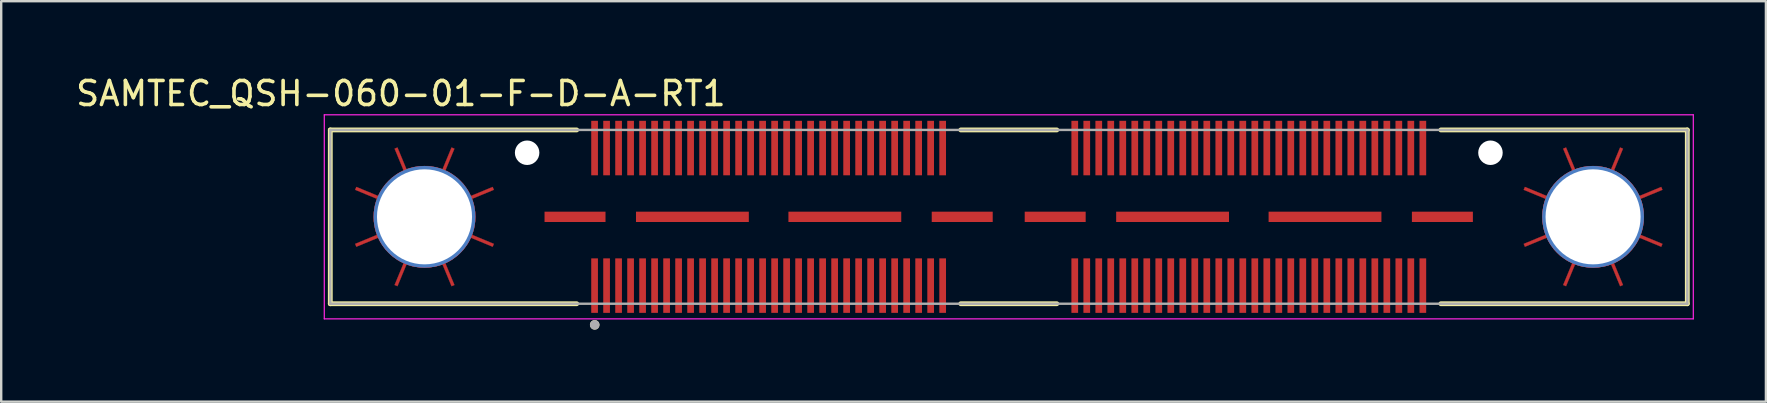
<source format=kicad_pcb>
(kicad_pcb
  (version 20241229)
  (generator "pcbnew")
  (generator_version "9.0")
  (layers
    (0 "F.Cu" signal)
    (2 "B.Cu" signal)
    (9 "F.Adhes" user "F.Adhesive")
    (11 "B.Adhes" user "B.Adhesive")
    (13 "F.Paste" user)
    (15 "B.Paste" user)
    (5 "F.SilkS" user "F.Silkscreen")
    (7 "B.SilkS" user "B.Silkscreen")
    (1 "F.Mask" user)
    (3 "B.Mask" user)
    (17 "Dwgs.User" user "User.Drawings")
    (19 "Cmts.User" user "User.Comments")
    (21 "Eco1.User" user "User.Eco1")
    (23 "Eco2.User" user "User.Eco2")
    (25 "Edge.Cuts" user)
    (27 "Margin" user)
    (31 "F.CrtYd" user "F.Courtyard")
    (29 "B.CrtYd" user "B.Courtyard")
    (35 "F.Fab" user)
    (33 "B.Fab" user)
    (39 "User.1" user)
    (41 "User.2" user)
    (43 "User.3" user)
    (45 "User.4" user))
  (footprint "SAMTEC_QSH-060-01-F-D-A-RT1"
    (layer "F.Cu")
    (at 38.974 5.983)
    (property "Reference" "SAMTEC_QSH-060-01-F-D-A-RT1" (at -25.325 -5.135 0) (layer "F.SilkS") (effects (font (size 1 1) (thickness 0.15))))
    (attr smd)
    (fp_poly (pts (xy -24.34 -2.115) (xy -24.17 -2.115) (xy -23.845 -2.061) (xy -23.589 -1.984) (xy -23.214 -2.889) (xy -23.094 -2.839) (xy -23.469 -1.934) (xy -23.233 -1.808) (xy -22.966 -1.615) (xy -22.725 -1.375) (xy -22.529 -1.102) (xy -22.439 -0.924) (xy -22.406 -0.871) (xy -21.501 -1.246) (xy -21.451 -1.126) (xy -22.357 -0.751) (xy -22.279 -0.496) (xy -22.226 -0.171) (xy -22.226 0.169) (xy -22.278 0.498) (xy -22.357 0.751) (xy -21.451 1.126) (xy -21.501 1.246) (xy -22.406 0.871) (xy -22.532 1.109) (xy -22.728 1.377) (xy -22.958 1.608) (xy -23.232 1.808) (xy -23.469 1.934) (xy -23.094 2.839) (xy -23.214 2.889) (xy -23.589 1.983) (xy -23.845 2.061) (xy -24.173 2.113) (xy -24.505 2.114) (xy -24.835 2.062) (xy -25.091 1.983) (xy -25.466 2.889) (xy -25.586 2.839) (xy -25.211 1.934) (xy -25.449 1.807) (xy -25.717 1.613) (xy -25.951 1.379) (xy -26.145 1.111) (xy -26.274 0.871) (xy -27.179 1.246) (xy -27.229 1.126) (xy -26.323 0.751) (xy -26.402 0.494) (xy -26.453 0.169) (xy -26.454 -0.169) (xy -26.401 -0.494) (xy -26.323 -0.751) (xy -27.229 -1.126) (xy -27.179 -1.246) (xy -26.274 -0.871) (xy -26.148 -1.108) (xy -25.951 -1.378) (xy -25.716 -1.611) (xy -25.448 -1.808) (xy -25.211 -1.934) (xy -25.586 -2.839) (xy -25.466 -2.889) (xy -25.091 -1.984) (xy -24.836 -2.061) (xy -24.508 -2.113)) (stroke (width 0.01) (type solid)) (fill yes) (layer "F.Cu"))
    (fp_poly (pts (xy 24.34 -2.115) (xy 24.51 -2.115) (xy 24.835 -2.061) (xy 25.091 -1.984) (xy 25.466 -2.889) (xy 25.586 -2.839) (xy 25.211 -1.934) (xy 25.447 -1.808) (xy 25.714 -1.615) (xy 25.955 -1.375) (xy 26.151 -1.102) (xy 26.241 -0.924) (xy 26.274 -0.871) (xy 27.179 -1.246) (xy 27.229 -1.126) (xy 26.323 -0.751) (xy 26.401 -0.496) (xy 26.454 -0.171) (xy 26.454 0.169) (xy 26.402 0.498) (xy 26.323 0.751) (xy 27.229 1.126) (xy 27.179 1.246) (xy 26.274 0.871) (xy 26.148 1.109) (xy 25.952 1.377) (xy 25.722 1.608) (xy 25.448 1.808) (xy 25.211 1.934) (xy 25.586 2.839) (xy 25.466 2.889) (xy 25.091 1.983) (xy 24.835 2.061) (xy 24.507 2.113) (xy 24.175 2.114) (xy 23.845 2.062) (xy 23.589 1.983) (xy 23.214 2.889) (xy 23.094 2.839) (xy 23.469 1.934) (xy 23.231 1.807) (xy 22.963 1.613) (xy 22.729 1.379) (xy 22.535 1.111) (xy 22.406 0.871) (xy 21.501 1.246) (xy 21.451 1.126) (xy 22.357 0.751) (xy 22.278 0.494) (xy 22.227 0.169) (xy 22.226 -0.169) (xy 22.279 -0.494) (xy 22.357 -0.751) (xy 21.451 -1.126) (xy 21.501 -1.246) (xy 22.406 -0.871) (xy 22.532 -1.108) (xy 22.729 -1.378) (xy 22.964 -1.611) (xy 23.232 -1.808) (xy 23.469 -1.934) (xy 23.094 -2.839) (xy 23.214 -2.889) (xy 23.589 -1.984) (xy 23.844 -2.061) (xy 24.172 -2.113)) (stroke (width 0.01) (type solid)) (fill yes) (layer "F.Cu"))
    (fp_poly (pts (xy -24.34 -2.115) (xy -24.17 -2.115) (xy -23.845 -2.061) (xy -23.589 -1.984) (xy -23.214 -2.889) (xy -23.094 -2.839) (xy -23.469 -1.934) (xy -23.233 -1.808) (xy -22.966 -1.615) (xy -22.725 -1.375) (xy -22.529 -1.102) (xy -22.439 -0.924) (xy -22.406 -0.871) (xy -21.501 -1.246) (xy -21.451 -1.126) (xy -22.357 -0.751) (xy -22.279 -0.496) (xy -22.226 -0.171) (xy -22.226 0.169) (xy -22.278 0.498) (xy -22.357 0.751) (xy -21.451 1.126) (xy -21.501 1.246) (xy -22.406 0.871) (xy -22.532 1.109) (xy -22.728 1.377) (xy -22.958 1.608) (xy -23.232 1.808) (xy -23.469 1.934) (xy -23.094 2.839) (xy -23.214 2.889) (xy -23.589 1.983) (xy -23.845 2.061) (xy -24.173 2.113) (xy -24.505 2.114) (xy -24.835 2.062) (xy -25.091 1.983) (xy -25.466 2.889) (xy -25.586 2.839) (xy -25.211 1.934) (xy -25.449 1.807) (xy -25.717 1.613) (xy -25.951 1.379) (xy -26.145 1.111) (xy -26.274 0.871) (xy -27.179 1.246) (xy -27.229 1.126) (xy -26.323 0.751) (xy -26.402 0.494) (xy -26.453 0.169) (xy -26.454 -0.169) (xy -26.401 -0.494) (xy -26.323 -0.751) (xy -27.229 -1.126) (xy -27.179 -1.246) (xy -26.274 -0.871) (xy -26.148 -1.108) (xy -25.951 -1.378) (xy -25.716 -1.611) (xy -25.448 -1.808) (xy -25.211 -1.934) (xy -25.586 -2.839) (xy -25.466 -2.889) (xy -25.091 -1.984) (xy -24.836 -2.061) (xy -24.508 -2.113)) (stroke (width 0.01) (type solid)) (fill yes) (layer "F.Mask"))
    (fp_poly (pts (xy 24.34 -2.115) (xy 24.51 -2.115) (xy 24.835 -2.061) (xy 25.091 -1.984) (xy 25.466 -2.889) (xy 25.586 -2.839) (xy 25.211 -1.934) (xy 25.447 -1.808) (xy 25.714 -1.615) (xy 25.955 -1.375) (xy 26.151 -1.102) (xy 26.241 -0.924) (xy 26.274 -0.871) (xy 27.179 -1.246) (xy 27.229 -1.126) (xy 26.323 -0.751) (xy 26.401 -0.496) (xy 26.454 -0.171) (xy 26.454 0.169) (xy 26.402 0.498) (xy 26.323 0.751) (xy 27.229 1.126) (xy 27.179 1.246) (xy 26.274 0.871) (xy 26.148 1.109) (xy 25.952 1.377) (xy 25.722 1.608) (xy 25.448 1.808) (xy 25.211 1.934) (xy 25.586 2.839) (xy 25.466 2.889) (xy 25.091 1.983) (xy 24.835 2.061) (xy 24.507 2.113) (xy 24.175 2.114) (xy 23.845 2.062) (xy 23.589 1.983) (xy 23.214 2.889) (xy 23.094 2.839) (xy 23.469 1.934) (xy 23.231 1.807) (xy 22.963 1.613) (xy 22.729 1.379) (xy 22.535 1.111) (xy 22.406 0.871) (xy 21.501 1.246) (xy 21.451 1.126) (xy 22.357 0.751) (xy 22.278 0.494) (xy 22.227 0.169) (xy 22.226 -0.169) (xy 22.279 -0.494) (xy 22.357 -0.751) (xy 21.451 -1.126) (xy 21.501 -1.246) (xy 22.406 -0.871) (xy 22.532 -1.108) (xy 22.729 -1.378) (xy 22.964 -1.611) (xy 23.232 -1.808) (xy 23.469 -1.934) (xy 23.094 -2.839) (xy 23.214 -2.889) (xy 23.589 -1.984) (xy 23.844 -2.061) (xy 24.172 -2.113)) (stroke (width 0.01) (type solid)) (fill yes) (layer "F.Mask"))
    (fp_line (start -28.265 -3.62) (end -28.265 3.62) (stroke (width 0.2) (type solid)) (layer "F.SilkS"))
    (fp_line (start -18 -3.62) (end -28.265 -3.62) (stroke (width 0.2) (type solid)) (layer "F.SilkS"))
    (fp_line (start -18 3.62) (end -28.265 3.62) (stroke (width 0.2) (type solid)) (layer "F.SilkS"))
    (fp_line (start -2 -3.62) (end 2 -3.62) (stroke (width 0.2) (type solid)) (layer "F.SilkS"))
    (fp_line (start 2 3.62) (end -2 3.62) (stroke (width 0.2) (type solid)) (layer "F.SilkS"))
    (fp_line (start 18 -3.62) (end 28.265 -3.62) (stroke (width 0.2) (type solid)) (layer "F.SilkS"))
    (fp_line (start 28.265 -3.62) (end 28.265 3.62) (stroke (width 0.2) (type solid)) (layer "F.SilkS"))
    (fp_line (start 28.265 3.62) (end 18 3.62) (stroke (width 0.2) (type solid)) (layer "F.SilkS"))
    (fp_circle (center -17.25 4.5) (end -17.15 4.5) (stroke (width 0.2) (type solid)) (fill no) (layer "F.SilkS"))
    (fp_poly (pts (xy -24.66 1.56) (xy -24.66 3.16) (xy -24.752 3.15) (xy -24.744 3.151) (xy -24.748 3.15) (xy -24.752 3.15) (xy -24.756 3.15) (xy -24.759 3.149) (xy -24.763 3.149) (xy -24.767 3.148) (xy -24.771 3.148) (xy -24.774 3.147) (xy -24.778 3.147) (xy -24.782 3.146) (xy -24.786 3.146) (xy -24.789 3.145) (xy -24.793 3.145) (xy -24.797 3.144) (xy -24.801 3.144) (xy -24.804 3.143) (xy -24.808 3.143) (xy -24.812 3.142) (xy -24.816 3.142) (xy -24.819 3.141) (xy -24.823 3.14) (xy -24.827 3.14) (xy -24.831 3.139) (xy -24.834 3.139) (xy -24.838 3.138) (xy -24.842 3.137) (xy -24.846 3.137) (xy -24.849 3.136) (xy -24.85 3.136) (xy -24.867 3.133) (xy -24.876 3.131) (xy -24.886 3.129) (xy -24.895 3.128) (xy -24.905 3.126) (xy -24.915 3.124) (xy -24.924 3.122) (xy -24.934 3.12) (xy -24.943 3.119) (xy -24.953 3.117) (xy -24.962 3.115) (xy -24.972 3.113) (xy -24.981 3.111) (xy -24.99 3.109) (xy -25 3.107) (xy -25.009 3.105) (xy -25.019 3.103) (xy -25.028 3.101) (xy -25.038 3.099) (xy -25.047 3.097) (xy -25.057 3.094) (xy -25.066 3.092) (xy -25.076 3.09) (xy -25.085 3.088) (xy -25.094 3.086) (xy -25.104 3.083) (xy -25.113 3.081) (xy -25.123 3.079) (xy -25.132 3.077) (xy -25.123 3.079) (xy -25.144 3.074) (xy -25.153 3.071) (xy -25.162 3.069) (xy -25.172 3.066) (xy -25.181 3.064) (xy -25.19 3.062) (xy -25.199 3.059) (xy -25.208 3.057) (xy -25.217 3.054) (xy -25.226 3.051) (xy -25.235 3.049) (xy -25.244 3.046) (xy -25.253 3.044) (xy -25.262 3.041) (xy -25.271 3.038) (xy -25.28 3.035) (xy -25.289 3.033) (xy -25.298 3.03) (xy -25.307 3.027) (xy -25.316 3.024) (xy -25.325 3.021) (xy -25.334 3.018) (xy -25.343 3.015) (xy -25.351 3.012) (xy -25.36 3.009) (xy -25.369 3.006) (xy -25.378 3.003) (xy -25.387 3) (xy -25.396 2.997) (xy -25.403 2.994) (xy -25.446 2.978) (xy -25.487 2.962) (xy -25.527 2.946) (xy -25.568 2.929) (xy -25.608 2.912) (xy -25.648 2.894) (xy -25.688 2.875) (xy -25.727 2.856) (xy -25.766 2.837) (xy -25.805 2.816) (xy -25.844 2.796) (xy -25.882 2.775) (xy -25.92 2.753) (xy -25.958 2.731) (xy -25.996 2.708) (xy -26.033 2.685) (xy -26.07 2.662) (xy -26.106 2.638) (xy -26.142 2.613) (xy -26.178 2.588) (xy -26.214 2.562) (xy -26.249 2.536) (xy -26.284 2.51) (xy -26.318 2.483) (xy -26.352 2.455) (xy -26.386 2.428) (xy -26.42 2.399) (xy -26.453 2.37) (xy -26.485 2.341) (xy -26.526 2.303) (xy -26.53 2.3) (xy -26.541 2.29) (xy -26.552 2.279) (xy -26.563 2.268) (xy -26.574 2.257) (xy -26.585 2.246) (xy -26.596 2.235) (xy -26.607 2.224) (xy -26.618 2.213) (xy -26.629 2.202) (xy -26.64 2.191) (xy -26.65 2.18) (xy -26.661 2.168) (xy -26.671 2.157) (xy -26.682 2.146) (xy -26.692 2.134) (xy -26.703 2.123) (xy -26.713 2.111) (xy -26.723 2.1) (xy -26.733 2.088) (xy -26.744 2.076) (xy -26.754 2.064) (xy -26.764 2.053) (xy -26.774 2.041) (xy -26.784 2.029) (xy -26.793 2.017) (xy -26.803 2.005) (xy -26.813 1.993) (xy -26.822 1.981) (xy -26.817 1.987) (xy -26.849 1.947) (xy -26.864 1.927) (xy -26.879 1.907) (xy -26.894 1.887) (xy -26.908 1.867) (xy -26.923 1.847) (xy -26.937 1.826) (xy -26.951 1.806) (xy -26.965 1.786) (xy -26.979 1.765) (xy -26.993 1.744) (xy -27.006 1.723) (xy -27.02 1.703) (xy -27.033 1.682) (xy -27.046 1.66) (xy -27.059 1.639) (xy -27.071 1.618) (xy -27.084 1.597) (xy -27.096 1.575) (xy -27.109 1.553) (xy -27.121 1.532) (xy -27.133 1.51) (xy -27.144 1.488) (xy -27.156 1.466) (xy -27.167 1.444) (xy -27.179 1.422) (xy -27.19 1.4) (xy -27.201 1.377) (xy -27.211 1.355) (xy -27.23 1.315) (xy -27.238 1.299) (xy -27.252 1.267) (xy -27.265 1.236) (xy -27.279 1.204) (xy -27.292 1.172) (xy -27.304 1.14) (xy -27.317 1.108) (xy -27.329 1.075) (xy -27.34 1.043) (xy -27.351 1.01) (xy -27.362 0.978) (xy -27.373 0.945) (xy -27.383 0.912) (xy -27.392 0.879) (xy -27.402 0.846) (xy -27.411 0.813) (xy -27.42 0.779) (xy -27.428 0.746) (xy -27.436 0.712) (xy -27.443 0.679) (xy -27.45 0.645) (xy -27.457 0.611) (xy -27.464 0.578) (xy -27.47 0.544) (xy -27.475 0.51) (xy -27.481 0.476) (xy -27.486 0.442) (xy -27.49 0.407) (xy -27.494 0.373) (xy -27.5 0.32) (xy -25.9 0.32) (xy -25.889 0.364) (xy -25.889 0.361) (xy -25.889 0.365) (xy -25.888 0.369) (xy -25.887 0.373) (xy -25.886 0.377) (xy -25.885 0.381) (xy -25.884 0.386) (xy -25.883 0.39) (xy -25.882 0.394) (xy -25.881 0.398) (xy -25.88 0.402) (xy -25.879 0.406) (xy -25.878 0.41) (xy -25.877 0.414) (xy -25.876 0.419) (xy -25.875 0.423) (xy -25.874 0.427) (xy -25.873 0.431) (xy -25.871 0.435) (xy -25.87 0.439) (xy -25.869 0.443) (xy -25.868 0.447) (xy -25.867 0.451) (xy -25.865 0.455) (xy -25.864 0.459) (xy -25.863 0.463) (xy -25.861 0.468) (xy -25.86 0.472) (xy -25.859 0.476) (xy -25.857 0.48) (xy -25.855 0.487) (xy -25.853 0.493) (xy -25.85 0.5) (xy -25.848 0.506) (xy -25.846 0.513) (xy -25.843 0.519) (xy -25.841 0.526) (xy -25.839 0.532) (xy -25.836 0.539) (xy -25.834 0.545) (xy -25.831 0.551) (xy -25.829 0.558) (xy -25.826 0.564) (xy -25.824 0.571) (xy -25.821 0.577) (xy -25.819 0.584) (xy -25.816 0.59) (xy -25.814 0.596) (xy -25.811 0.603) (xy -25.808 0.609) (xy -25.806 0.616) (xy -25.803 0.622) (xy -25.8 0.628) (xy -25.798 0.635) (xy -25.795 0.641) (xy -25.792 0.647) (xy -25.79 0.654) (xy -25.787 0.66) (xy -25.784 0.666) (xy -25.77 0.697) (xy -25.757 0.724) (xy -25.744 0.751) (xy -25.73 0.777) (xy -25.715 0.803) (xy -25.7 0.829) (xy -25.684 0.855) (xy -25.668 0.88) (xy -25.652 0.905) (xy -25.635 0.929) (xy -25.617 0.954) (xy -25.599 0.977) (xy -25.581 1.001) (xy -25.562 1.024) (xy -25.542 1.047) (xy -25.523 1.069) (xy -25.502 1.091) (xy -25.482 1.113) (xy -25.461 1.134) (xy -25.439 1.155) (xy -25.417 1.175) (xy -25.395 1.195) (xy -25.372 1.214) (xy -25.349 1.233) (xy -25.325 1.251) (xy -25.302 1.27) (xy -25.277 1.287) (xy -25.253 1.304) (xy -25.228 1.321) (xy -25.196 1.341) (xy -25.192 1.344) (xy -25.179 1.351) (xy -25.167 1.359) (xy -25.154 1.366) (xy -25.141 1.373) (xy -25.129 1.381) (xy -25.116 1.388) (xy -25.103 1.395) (xy -25.09 1.402) (xy -25.077 1.409) (xy -25.064 1.415) (xy -25.051 1.422) (xy -25.037 1.428) (xy -25.024 1.435) (xy -25.011 1.441) (xy -24.998 1.447) (xy -24.984 1.453) (xy -24.971 1.459) (xy -24.957 1.465) (xy -24.944 1.471) (xy -24.93 1.476) (xy -24.917 1.482) (xy -24.903 1.487) (xy -24.889 1.492) (xy -24.875 1.498) (xy -24.862 1.503) (xy -24.848 1.507) (xy -24.834 1.512) (xy -24.82 1.517) (xy -24.808 1.521) (xy -24.735 1.541) (xy -24.659 1.559) (xy -24.66 1.56)) (stroke (width 0.01) (type solid)) (fill yes) (layer "F.Paste"))
    (fp_poly (pts (xy -22.78 0.32) (xy -21.18 0.32) (xy -21.19 0.412) (xy -21.189 0.403) (xy -21.189 0.406) (xy -21.19 0.41) (xy -21.19 0.414) (xy -21.191 0.418) (xy -21.191 0.421) (xy -21.192 0.425) (xy -21.192 0.429) (xy -21.192 0.433) (xy -21.193 0.436) (xy -21.193 0.44) (xy -21.194 0.444) (xy -21.194 0.448) (xy -21.195 0.451) (xy -21.195 0.455) (xy -21.196 0.459) (xy -21.197 0.463) (xy -21.197 0.466) (xy -21.198 0.47) (xy -21.198 0.474) (xy -21.199 0.478) (xy -21.199 0.481) (xy -21.2 0.485) (xy -21.201 0.489) (xy -21.201 0.493) (xy -21.202 0.496) (xy -21.202 0.5) (xy -21.203 0.504) (xy -21.204 0.507) (xy -21.204 0.51) (xy -21.207 0.528) (xy -21.209 0.538) (xy -21.211 0.547) (xy -21.213 0.557) (xy -21.214 0.566) (xy -21.216 0.576) (xy -21.218 0.585) (xy -21.22 0.595) (xy -21.222 0.604) (xy -21.224 0.614) (xy -21.226 0.623) (xy -21.227 0.633) (xy -21.229 0.642) (xy -21.231 0.652) (xy -21.233 0.661) (xy -21.235 0.671) (xy -21.237 0.68) (xy -21.24 0.69) (xy -21.242 0.699) (xy -21.244 0.709) (xy -21.246 0.718) (xy -21.248 0.728) (xy -21.25 0.737) (xy -21.252 0.746) (xy -21.255 0.756) (xy -21.257 0.765) (xy -21.259 0.775) (xy -21.261 0.784) (xy -21.264 0.794) (xy -21.261 0.783) (xy -21.266 0.804) (xy -21.269 0.813) (xy -21.271 0.822) (xy -21.273 0.831) (xy -21.276 0.84) (xy -21.278 0.849) (xy -21.281 0.858) (xy -21.283 0.867) (xy -21.286 0.876) (xy -21.288 0.885) (xy -21.291 0.894) (xy -21.294 0.903) (xy -21.296 0.912) (xy -21.299 0.921) (xy -21.302 0.93) (xy -21.304 0.939) (xy -21.307 0.948) (xy -21.31 0.957) (xy -21.313 0.966) (xy -21.316 0.975) (xy -21.319 0.984) (xy -21.322 0.993) (xy -21.325 1.002) (xy -21.328 1.011) (xy -21.331 1.02) (xy -21.334 1.029) (xy -21.337 1.038) (xy -21.34 1.046) (xy -21.343 1.055) (xy -21.346 1.063) (xy -21.362 1.106) (xy -21.378 1.147) (xy -21.394 1.188) (xy -21.411 1.228) (xy -21.428 1.268) (xy -21.446 1.308) (xy -21.465 1.348) (xy -21.484 1.387) (xy -21.504 1.426) (xy -21.524 1.465) (xy -21.544 1.504) (xy -21.565 1.542) (xy -21.587 1.58) (xy -21.609 1.618) (xy -21.632 1.656) (xy -21.655 1.693) (xy -21.678 1.73) (xy -21.703 1.766) (xy -21.727 1.802) (xy -21.752 1.838) (xy -21.778 1.874) (xy -21.804 1.909) (xy -21.83 1.944) (xy -21.857 1.978) (xy -21.885 2.013) (xy -21.913 2.046) (xy -21.941 2.08) (xy -21.97 2.113) (xy -21.999 2.145) (xy -22.037 2.186) (xy -22.04 2.189) (xy -22.05 2.201) (xy -22.061 2.212) (xy -22.072 2.223) (xy -22.083 2.234) (xy -22.094 2.245) (xy -22.104 2.256) (xy -22.115 2.267) (xy -22.127 2.278) (xy -22.138 2.289) (xy -22.149 2.299) (xy -22.16 2.31) (xy -22.171 2.321) (xy -22.183 2.331) (xy -22.194 2.342) (xy -22.206 2.352) (xy -22.217 2.363) (xy -22.229 2.373) (xy -22.24 2.383) (xy -22.252 2.393) (xy -22.264 2.404) (xy -22.275 2.414) (xy -22.287 2.424) (xy -22.299 2.434) (xy -22.311 2.443) (xy -22.323 2.453) (xy -22.335 2.463) (xy -22.347 2.473) (xy -22.359 2.482) (xy -22.353 2.478) (xy -22.393 2.509) (xy -22.413 2.524) (xy -22.433 2.539) (xy -22.453 2.554) (xy -22.473 2.568) (xy -22.493 2.583) (xy -22.513 2.597) (xy -22.534 2.611) (xy -22.554 2.625) (xy -22.575 2.639) (xy -22.596 2.653) (xy -22.616 2.666) (xy -22.637 2.679) (xy -22.658 2.693) (xy -22.679 2.706) (xy -22.701 2.719) (xy -22.722 2.731) (xy -22.743 2.744) (xy -22.765 2.756) (xy -22.786 2.769) (xy -22.808 2.781) (xy -22.83 2.793) (xy -22.852 2.804) (xy -22.874 2.816) (xy -22.896 2.827) (xy -22.918 2.839) (xy -22.94 2.85) (xy -22.962 2.861) (xy -22.985 2.871) (xy -23.025 2.89) (xy -23.042 2.898) (xy -23.073 2.912) (xy -23.105 2.925) (xy -23.136 2.939) (xy -23.168 2.952) (xy -23.2 2.964) (xy -23.232 2.977) (xy -23.265 2.989) (xy -23.297 3) (xy -23.33 3.011) (xy -23.362 3.022) (xy -23.395 3.033) (xy -23.428 3.043) (xy -23.461 3.052) (xy -23.494 3.062) (xy -23.527 3.071) (xy -23.561 3.08) (xy -23.594 3.088) (xy -23.628 3.096) (xy -23.661 3.103) (xy -23.695 3.11) (xy -23.729 3.117) (xy -23.763 3.124) (xy -23.796 3.13) (xy -23.83 3.135) (xy -23.864 3.141) (xy -23.898 3.146) (xy -23.933 3.15) (xy -23.967 3.154) (xy -24.02 3.16) (xy -24.02 1.56) (xy -23.976 1.549) (xy -23.979 1.549) (xy -23.975 1.548) (xy -23.97 1.548) (xy -23.966 1.547) (xy -23.962 1.546) (xy -23.958 1.545) (xy -23.954 1.544) (xy -23.95 1.543) (xy -23.945 1.542) (xy -23.941 1.541) (xy -23.937 1.54) (xy -23.933 1.539) (xy -23.929 1.538) (xy -23.925 1.537) (xy -23.921 1.536) (xy -23.917 1.535) (xy -23.913 1.534) (xy -23.908 1.532) (xy -23.904 1.531) (xy -23.9 1.53) (xy -23.896 1.529) (xy -23.892 1.528) (xy -23.888 1.526) (xy -23.884 1.525) (xy -23.88 1.524) (xy -23.876 1.522) (xy -23.872 1.521) (xy -23.868 1.52) (xy -23.864 1.518) (xy -23.86 1.517) (xy -23.854 1.515) (xy -23.847 1.513) (xy -23.841 1.511) (xy -23.834 1.508) (xy -23.828 1.506) (xy -23.821 1.504) (xy -23.815 1.501) (xy -23.808 1.499) (xy -23.802 1.496) (xy -23.795 1.494) (xy -23.789 1.491) (xy -23.783 1.489) (xy -23.776 1.487) (xy -23.77 1.484) (xy -23.763 1.482) (xy -23.757 1.479) (xy -23.75 1.476) (xy -23.744 1.474) (xy -23.738 1.471) (xy -23.731 1.469) (xy -23.725 1.466) (xy -23.719 1.463) (xy -23.712 1.461) (xy -23.706 1.458) (xy -23.699 1.455) (xy -23.693 1.453) (xy -23.687 1.45) (xy -23.68 1.447) (xy -23.674 1.444) (xy -23.643 1.43) (xy -23.616 1.417) (xy -23.589 1.404) (xy -23.563 1.39) (xy -23.537 1.375) (xy -23.511 1.36) (xy -23.485 1.344) (xy -23.46 1.328) (xy -23.435 1.312) (xy -23.411 1.295) (xy -23.387 1.277) (xy -23.363 1.259) (xy -23.339 1.241) (xy -23.316 1.222) (xy -23.293 1.202) (xy -23.271 1.183) (xy -23.249 1.162) (xy -23.227 1.142) (xy -23.206 1.121) (xy -23.186 1.099) (xy -23.165 1.077) (xy -23.145 1.055) (xy -23.126 1.032) (xy -23.107 1.009) (xy -23.089 0.985) (xy -23.071 0.962) (xy -23.053 0.937) (xy -23.036 0.913) (xy -23.019 0.888) (xy -22.999 0.856) (xy -22.996 0.852) (xy -22.989 0.839) (xy -22.981 0.827) (xy -22.974 0.814) (xy -22.967 0.801) (xy -22.959 0.789) (xy -22.952 0.776) (xy -22.945 0.763) (xy -22.938 0.75) (xy -22.932 0.737) (xy -22.925 0.724) (xy -22.918 0.711) (xy -22.912 0.697) (xy -22.905 0.684) (xy -22.899 0.671) (xy -22.893 0.658) (xy -22.887 0.644) (xy -22.881 0.631) (xy -22.875 0.617) (xy -22.869 0.604) (xy -22.864 0.59) (xy -22.858 0.577) (xy -22.853 0.563) (xy -22.848 0.549) (xy -22.843 0.535) (xy -22.837 0.522) (xy -22.833 0.508) (xy -22.828 0.494) (xy -22.823 0.48) (xy -22.819 0.468) (xy -22.799 0.395) (xy -22.781 0.319) (xy -22.78 0.32)) (stroke (width 0.01) (type solid)) (fill yes) (layer "F.Paste"))
    (fp_poly (pts (xy 24.02 1.56) (xy 24.02 3.16) (xy 23.928 3.15) (xy 23.936 3.151) (xy 23.932 3.15) (xy 23.928 3.15) (xy 23.924 3.15) (xy 23.921 3.149) (xy 23.917 3.149) (xy 23.913 3.148) (xy 23.909 3.148) (xy 23.906 3.147) (xy 23.902 3.147) (xy 23.898 3.146) (xy 23.894 3.146) (xy 23.891 3.145) (xy 23.887 3.145) (xy 23.883 3.144) (xy 23.879 3.144) (xy 23.876 3.143) (xy 23.872 3.143) (xy 23.868 3.142) (xy 23.864 3.142) (xy 23.861 3.141) (xy 23.857 3.14) (xy 23.853 3.14) (xy 23.849 3.139) (xy 23.846 3.139) (xy 23.842 3.138) (xy 23.838 3.137) (xy 23.834 3.137) (xy 23.831 3.136) (xy 23.83 3.136) (xy 23.813 3.133) (xy 23.804 3.131) (xy 23.794 3.129) (xy 23.785 3.128) (xy 23.775 3.126) (xy 23.765 3.124) (xy 23.756 3.122) (xy 23.746 3.12) (xy 23.737 3.119) (xy 23.727 3.117) (xy 23.718 3.115) (xy 23.708 3.113) (xy 23.699 3.111) (xy 23.69 3.109) (xy 23.68 3.107) (xy 23.671 3.105) (xy 23.661 3.103) (xy 23.652 3.101) (xy 23.642 3.099) (xy 23.633 3.097) (xy 23.623 3.094) (xy 23.614 3.092) (xy 23.604 3.09) (xy 23.595 3.088) (xy 23.586 3.086) (xy 23.576 3.083) (xy 23.567 3.081) (xy 23.557 3.079) (xy 23.548 3.077) (xy 23.557 3.079) (xy 23.536 3.074) (xy 23.527 3.071) (xy 23.518 3.069) (xy 23.508 3.066) (xy 23.499 3.064) (xy 23.49 3.062) (xy 23.481 3.059) (xy 23.472 3.057) (xy 23.463 3.054) (xy 23.454 3.051) (xy 23.445 3.049) (xy 23.436 3.046) (xy 23.427 3.044) (xy 23.418 3.041) (xy 23.409 3.038) (xy 23.4 3.035) (xy 23.391 3.033) (xy 23.382 3.03) (xy 23.373 3.027) (xy 23.364 3.024) (xy 23.355 3.021) (xy 23.346 3.018) (xy 23.337 3.015) (xy 23.329 3.012) (xy 23.32 3.009) (xy 23.311 3.006) (xy 23.302 3.003) (xy 23.293 3) (xy 23.284 2.997) (xy 23.277 2.994) (xy 23.234 2.978) (xy 23.193 2.962) (xy 23.153 2.946) (xy 23.112 2.929) (xy 23.072 2.912) (xy 23.032 2.894) (xy 22.992 2.875) (xy 22.953 2.856) (xy 22.914 2.837) (xy 22.875 2.816) (xy 22.836 2.796) (xy 22.798 2.775) (xy 22.76 2.753) (xy 22.722 2.731) (xy 22.684 2.708) (xy 22.647 2.685) (xy 22.61 2.662) (xy 22.574 2.638) (xy 22.538 2.613) (xy 22.502 2.588) (xy 22.466 2.562) (xy 22.431 2.536) (xy 22.396 2.51) (xy 22.362 2.483) (xy 22.328 2.455) (xy 22.294 2.428) (xy 22.26 2.399) (xy 22.227 2.37) (xy 22.195 2.341) (xy 22.154 2.303) (xy 22.15 2.3) (xy 22.139 2.29) (xy 22.128 2.279) (xy 22.117 2.268) (xy 22.106 2.257) (xy 22.095 2.246) (xy 22.084 2.235) (xy 22.073 2.224) (xy 22.062 2.213) (xy 22.051 2.202) (xy 22.04 2.191) (xy 22.03 2.18) (xy 22.019 2.168) (xy 22.009 2.157) (xy 21.998 2.146) (xy 21.988 2.134) (xy 21.977 2.123) (xy 21.967 2.111) (xy 21.957 2.1) (xy 21.947 2.088) (xy 21.936 2.076) (xy 21.926 2.064) (xy 21.916 2.053) (xy 21.906 2.041) (xy 21.896 2.029) (xy 21.887 2.017) (xy 21.877 2.005) (xy 21.867 1.993) (xy 21.858 1.981) (xy 21.863 1.987) (xy 21.831 1.947) (xy 21.816 1.927) (xy 21.801 1.907) (xy 21.786 1.887) (xy 21.772 1.867) (xy 21.757 1.847) (xy 21.743 1.826) (xy 21.729 1.806) (xy 21.715 1.786) (xy 21.701 1.765) (xy 21.687 1.744) (xy 21.674 1.723) (xy 21.66 1.703) (xy 21.647 1.682) (xy 21.634 1.66) (xy 21.621 1.639) (xy 21.609 1.618) (xy 21.596 1.597) (xy 21.584 1.575) (xy 21.571 1.553) (xy 21.559 1.532) (xy 21.547 1.51) (xy 21.536 1.488) (xy 21.524 1.466) (xy 21.513 1.444) (xy 21.501 1.422) (xy 21.49 1.4) (xy 21.479 1.377) (xy 21.469 1.355) (xy 21.45 1.315) (xy 21.442 1.299) (xy 21.428 1.267) (xy 21.415 1.236) (xy 21.401 1.204) (xy 21.388 1.172) (xy 21.376 1.14) (xy 21.363 1.108) (xy 21.351 1.075) (xy 21.34 1.043) (xy 21.329 1.01) (xy 21.318 0.978) (xy 21.307 0.945) (xy 21.297 0.912) (xy 21.288 0.879) (xy 21.278 0.846) (xy 21.269 0.813) (xy 21.26 0.779) (xy 21.252 0.746) (xy 21.244 0.712) (xy 21.237 0.679) (xy 21.23 0.645) (xy 21.223 0.611) (xy 21.216 0.578) (xy 21.21 0.544) (xy 21.205 0.51) (xy 21.199 0.476) (xy 21.194 0.442) (xy 21.19 0.407) (xy 21.186 0.373) (xy 21.18 0.32) (xy 22.78 0.32) (xy 22.791 0.364) (xy 22.791 0.361) (xy 22.791 0.365) (xy 22.792 0.369) (xy 22.793 0.373) (xy 22.794 0.377) (xy 22.795 0.381) (xy 22.796 0.386) (xy 22.797 0.39) (xy 22.798 0.394) (xy 22.799 0.398) (xy 22.8 0.402) (xy 22.801 0.406) (xy 22.802 0.41) (xy 22.803 0.414) (xy 22.804 0.419) (xy 22.805 0.423) (xy 22.806 0.427) (xy 22.807 0.431) (xy 22.809 0.435) (xy 22.81 0.439) (xy 22.811 0.443) (xy 22.812 0.447) (xy 22.813 0.451) (xy 22.815 0.455) (xy 22.816 0.459) (xy 22.817 0.463) (xy 22.819 0.468) (xy 22.82 0.472) (xy 22.821 0.476) (xy 22.823 0.48) (xy 22.825 0.487) (xy 22.827 0.493) (xy 22.83 0.5) (xy 22.832 0.506) (xy 22.834 0.513) (xy 22.837 0.519) (xy 22.839 0.526) (xy 22.841 0.532) (xy 22.844 0.539) (xy 22.846 0.545) (xy 22.849 0.551) (xy 22.851 0.558) (xy 22.854 0.564) (xy 22.856 0.571) (xy 22.859 0.577) (xy 22.861 0.584) (xy 22.864 0.59) (xy 22.866 0.596) (xy 22.869 0.603) (xy 22.872 0.609) (xy 22.874 0.616) (xy 22.877 0.622) (xy 22.88 0.628) (xy 22.882 0.635) (xy 22.885 0.641) (xy 22.888 0.647) (xy 22.89 0.654) (xy 22.893 0.66) (xy 22.896 0.666) (xy 22.91 0.697) (xy 22.923 0.724) (xy 22.936 0.751) (xy 22.95 0.777) (xy 22.965 0.803) (xy 22.98 0.829) (xy 22.996 0.855) (xy 23.012 0.88) (xy 23.028 0.905) (xy 23.045 0.929) (xy 23.063 0.954) (xy 23.081 0.977) (xy 23.099 1.001) (xy 23.118 1.024) (xy 23.138 1.047) (xy 23.157 1.069) (xy 23.178 1.091) (xy 23.198 1.113) (xy 23.219 1.134) (xy 23.241 1.155) (xy 23.263 1.175) (xy 23.285 1.195) (xy 23.308 1.214) (xy 23.331 1.233) (xy 23.355 1.251) (xy 23.378 1.27) (xy 23.403 1.287) (xy 23.427 1.304) (xy 23.452 1.321) (xy 23.484 1.341) (xy 23.488 1.344) (xy 23.501 1.351) (xy 23.513 1.359) (xy 23.526 1.366) (xy 23.539 1.373) (xy 23.551 1.381) (xy 23.564 1.388) (xy 23.577 1.395) (xy 23.59 1.402) (xy 23.603 1.409) (xy 23.616 1.415) (xy 23.629 1.422) (xy 23.643 1.428) (xy 23.656 1.435) (xy 23.669 1.441) (xy 23.682 1.447) (xy 23.696 1.453) (xy 23.709 1.459) (xy 23.723 1.465) (xy 23.736 1.471) (xy 23.75 1.476) (xy 23.763 1.482) (xy 23.777 1.487) (xy 23.791 1.492) (xy 23.805 1.498) (xy 23.818 1.503) (xy 23.832 1.507) (xy 23.846 1.512) (xy 23.86 1.517) (xy 23.872 1.521) (xy 23.945 1.541) (xy 24.021 1.559) (xy 24.02 1.56)) (stroke (width 0.01) (type solid)) (fill yes) (layer "F.Paste"))
    (fp_poly (pts (xy 25.9 0.32) (xy 27.5 0.32) (xy 27.49 0.412) (xy 27.491 0.403) (xy 27.491 0.406) (xy 27.49 0.41) (xy 27.49 0.414) (xy 27.489 0.418) (xy 27.489 0.421) (xy 27.488 0.425) (xy 27.488 0.429) (xy 27.488 0.433) (xy 27.487 0.436) (xy 27.487 0.44) (xy 27.486 0.444) (xy 27.486 0.448) (xy 27.485 0.451) (xy 27.485 0.455) (xy 27.484 0.459) (xy 27.483 0.463) (xy 27.483 0.466) (xy 27.482 0.47) (xy 27.482 0.474) (xy 27.481 0.478) (xy 27.481 0.481) (xy 27.48 0.485) (xy 27.479 0.489) (xy 27.479 0.493) (xy 27.478 0.496) (xy 27.478 0.5) (xy 27.477 0.504) (xy 27.476 0.507) (xy 27.476 0.51) (xy 27.473 0.528) (xy 27.471 0.538) (xy 27.469 0.547) (xy 27.467 0.557) (xy 27.466 0.566) (xy 27.464 0.576) (xy 27.462 0.585) (xy 27.46 0.595) (xy 27.458 0.604) (xy 27.456 0.614) (xy 27.454 0.623) (xy 27.453 0.633) (xy 27.451 0.642) (xy 27.449 0.652) (xy 27.447 0.661) (xy 27.445 0.671) (xy 27.443 0.68) (xy 27.44 0.69) (xy 27.438 0.699) (xy 27.436 0.709) (xy 27.434 0.718) (xy 27.432 0.728) (xy 27.43 0.737) (xy 27.428 0.746) (xy 27.425 0.756) (xy 27.423 0.765) (xy 27.421 0.775) (xy 27.419 0.784) (xy 27.416 0.794) (xy 27.419 0.783) (xy 27.414 0.804) (xy 27.411 0.813) (xy 27.409 0.822) (xy 27.407 0.831) (xy 27.404 0.84) (xy 27.402 0.849) (xy 27.399 0.858) (xy 27.397 0.867) (xy 27.394 0.876) (xy 27.392 0.885) (xy 27.389 0.894) (xy 27.386 0.903) (xy 27.384 0.912) (xy 27.381 0.921) (xy 27.378 0.93) (xy 27.376 0.939) (xy 27.373 0.948) (xy 27.37 0.957) (xy 27.367 0.966) (xy 27.364 0.975) (xy 27.361 0.984) (xy 27.358 0.993) (xy 27.355 1.002) (xy 27.352 1.011) (xy 27.349 1.02) (xy 27.346 1.029) (xy 27.343 1.038) (xy 27.34 1.046) (xy 27.337 1.055) (xy 27.334 1.063) (xy 27.318 1.106) (xy 27.302 1.147) (xy 27.286 1.188) (xy 27.269 1.228) (xy 27.252 1.268) (xy 27.234 1.308) (xy 27.215 1.348) (xy 27.196 1.387) (xy 27.176 1.426) (xy 27.156 1.465) (xy 27.136 1.504) (xy 27.115 1.542) (xy 27.093 1.58) (xy 27.071 1.618) (xy 27.048 1.656) (xy 27.025 1.693) (xy 27.002 1.73) (xy 26.977 1.766) (xy 26.953 1.802) (xy 26.928 1.838) (xy 26.902 1.874) (xy 26.876 1.909) (xy 26.85 1.944) (xy 26.823 1.978) (xy 26.795 2.013) (xy 26.767 2.046) (xy 26.739 2.08) (xy 26.71 2.113) (xy 26.681 2.145) (xy 26.643 2.186) (xy 26.64 2.189) (xy 26.63 2.201) (xy 26.619 2.212) (xy 26.608 2.223) (xy 26.597 2.234) (xy 26.586 2.245) (xy 26.576 2.256) (xy 26.565 2.267) (xy 26.553 2.278) (xy 26.542 2.289) (xy 26.531 2.299) (xy 26.52 2.31) (xy 26.509 2.321) (xy 26.497 2.331) (xy 26.486 2.342) (xy 26.474 2.352) (xy 26.463 2.363) (xy 26.451 2.373) (xy 26.44 2.383) (xy 26.428 2.393) (xy 26.416 2.404) (xy 26.405 2.414) (xy 26.393 2.424) (xy 26.381 2.434) (xy 26.369 2.443) (xy 26.357 2.453) (xy 26.345 2.463) (xy 26.333 2.473) (xy 26.321 2.482) (xy 26.327 2.478) (xy 26.287 2.509) (xy 26.267 2.524) (xy 26.247 2.539) (xy 26.227 2.554) (xy 26.207 2.568) (xy 26.187 2.583) (xy 26.167 2.597) (xy 26.146 2.611) (xy 26.126 2.625) (xy 26.105 2.639) (xy 26.084 2.653) (xy 26.064 2.666) (xy 26.043 2.679) (xy 26.022 2.693) (xy 26.001 2.706) (xy 25.979 2.719) (xy 25.958 2.731) (xy 25.937 2.744) (xy 25.915 2.756) (xy 25.894 2.769) (xy 25.872 2.781) (xy 25.85 2.793) (xy 25.828 2.804) (xy 25.806 2.816) (xy 25.784 2.827) (xy 25.762 2.839) (xy 25.74 2.85) (xy 25.718 2.861) (xy 25.695 2.871) (xy 25.655 2.89) (xy 25.638 2.898) (xy 25.607 2.912) (xy 25.575 2.925) (xy 25.544 2.939) (xy 25.512 2.952) (xy 25.48 2.964) (xy 25.448 2.977) (xy 25.415 2.989) (xy 25.383 3) (xy 25.35 3.011) (xy 25.318 3.022) (xy 25.285 3.033) (xy 25.252 3.043) (xy 25.219 3.052) (xy 25.186 3.062) (xy 25.153 3.071) (xy 25.119 3.08) (xy 25.086 3.088) (xy 25.052 3.096) (xy 25.019 3.103) (xy 24.985 3.11) (xy 24.951 3.117) (xy 24.917 3.124) (xy 24.884 3.13) (xy 24.85 3.135) (xy 24.816 3.141) (xy 24.782 3.146) (xy 24.747 3.15) (xy 24.713 3.154) (xy 24.66 3.16) (xy 24.66 1.56) (xy 24.704 1.549) (xy 24.701 1.549) (xy 24.705 1.548) (xy 24.71 1.548) (xy 24.714 1.547) (xy 24.718 1.546) (xy 24.722 1.545) (xy 24.726 1.544) (xy 24.73 1.543) (xy 24.735 1.542) (xy 24.739 1.541) (xy 24.743 1.54) (xy 24.747 1.539) (xy 24.751 1.538) (xy 24.755 1.537) (xy 24.759 1.536) (xy 24.763 1.535) (xy 24.767 1.534) (xy 24.772 1.532) (xy 24.776 1.531) (xy 24.78 1.53) (xy 24.784 1.529) (xy 24.788 1.528) (xy 24.792 1.526) (xy 24.796 1.525) (xy 24.8 1.524) (xy 24.804 1.522) (xy 24.808 1.521) (xy 24.812 1.52) (xy 24.816 1.518) (xy 24.82 1.517) (xy 24.826 1.515) (xy 24.833 1.513) (xy 24.839 1.511) (xy 24.846 1.508) (xy 24.852 1.506) (xy 24.859 1.504) (xy 24.865 1.501) (xy 24.872 1.499) (xy 24.878 1.496) (xy 24.885 1.494) (xy 24.891 1.491) (xy 24.897 1.489) (xy 24.904 1.487) (xy 24.91 1.484) (xy 24.917 1.482) (xy 24.923 1.479) (xy 24.93 1.476) (xy 24.936 1.474) (xy 24.942 1.471) (xy 24.949 1.469) (xy 24.955 1.466) (xy 24.961 1.463) (xy 24.968 1.461) (xy 24.974 1.458) (xy 24.981 1.455) (xy 24.987 1.453) (xy 24.993 1.45) (xy 25 1.447) (xy 25.006 1.444) (xy 25.037 1.43) (xy 25.064 1.417) (xy 25.091 1.404) (xy 25.117 1.39) (xy 25.143 1.375) (xy 25.169 1.36) (xy 25.195 1.344) (xy 25.22 1.328) (xy 25.245 1.312) (xy 25.269 1.295) (xy 25.293 1.277) (xy 25.317 1.259) (xy 25.341 1.241) (xy 25.364 1.222) (xy 25.387 1.202) (xy 25.409 1.183) (xy 25.431 1.162) (xy 25.453 1.142) (xy 25.474 1.121) (xy 25.494 1.099) (xy 25.515 1.077) (xy 25.535 1.055) (xy 25.554 1.032) (xy 25.573 1.009) (xy 25.591 0.985) (xy 25.609 0.962) (xy 25.627 0.937) (xy 25.644 0.913) (xy 25.661 0.888) (xy 25.681 0.856) (xy 25.684 0.852) (xy 25.691 0.839) (xy 25.699 0.827) (xy 25.706 0.814) (xy 25.713 0.801) (xy 25.721 0.789) (xy 25.728 0.776) (xy 25.735 0.763) (xy 25.742 0.75) (xy 25.748 0.737) (xy 25.755 0.724) (xy 25.762 0.711) (xy 25.768 0.697) (xy 25.775 0.684) (xy 25.781 0.671) (xy 25.787 0.658) (xy 25.793 0.644) (xy 25.799 0.631) (xy 25.805 0.617) (xy 25.811 0.604) (xy 25.816 0.59) (xy 25.822 0.577) (xy 25.827 0.563) (xy 25.832 0.549) (xy 25.837 0.535) (xy 25.843 0.522) (xy 25.847 0.508) (xy 25.852 0.494) (xy 25.857 0.48) (xy 25.861 0.468) (xy 25.881 0.395) (xy 25.899 0.319) (xy 25.9 0.32)) (stroke (width 0.01) (type solid)) (fill yes) (layer "F.Paste"))
    (fp_poly (pts (xy -25.9 -0.32) (xy -27.5 -0.32) (xy -27.488 -0.413) (xy -27.488 -0.405) (xy -27.488 -0.409) (xy -27.488 -0.413) (xy -27.487 -0.416) (xy -27.487 -0.42) (xy -27.486 -0.424) (xy -27.486 -0.428) (xy -27.485 -0.431) (xy -27.485 -0.435) (xy -27.484 -0.439) (xy -27.484 -0.443) (xy -27.483 -0.446) (xy -27.483 -0.45) (xy -27.482 -0.454) (xy -27.482 -0.458) (xy -27.481 -0.461) (xy -27.481 -0.465) (xy -27.48 -0.469) (xy -27.48 -0.473) (xy -27.479 -0.476) (xy -27.479 -0.48) (xy -27.478 -0.484) (xy -27.477 -0.488) (xy -27.477 -0.491) (xy -27.476 -0.495) (xy -27.476 -0.499) (xy -27.475 -0.503) (xy -27.474 -0.506) (xy -27.474 -0.51) (xy -27.474 -0.511) (xy -27.471 -0.528) (xy -27.469 -0.537) (xy -27.467 -0.547) (xy -27.465 -0.556) (xy -27.464 -0.566) (xy -27.462 -0.575) (xy -27.46 -0.585) (xy -27.458 -0.594) (xy -27.456 -0.604) (xy -27.454 -0.613) (xy -27.452 -0.623) (xy -27.45 -0.632) (xy -27.448 -0.642) (xy -27.446 -0.651) (xy -27.444 -0.661) (xy -27.442 -0.67) (xy -27.44 -0.68) (xy -27.438 -0.689) (xy -27.436 -0.699) (xy -27.434 -0.708) (xy -27.432 -0.718) (xy -27.43 -0.727) (xy -27.428 -0.736) (xy -27.425 -0.746) (xy -27.423 -0.755) (xy -27.421 -0.765) (xy -27.419 -0.774) (xy -27.416 -0.784) (xy -27.414 -0.793) (xy -27.416 -0.784) (xy -27.411 -0.805) (xy -27.409 -0.814) (xy -27.406 -0.823) (xy -27.404 -0.832) (xy -27.402 -0.841) (xy -27.399 -0.85) (xy -27.397 -0.859) (xy -27.394 -0.868) (xy -27.392 -0.877) (xy -27.389 -0.886) (xy -27.387 -0.895) (xy -27.384 -0.904) (xy -27.381 -0.913) (xy -27.379 -0.922) (xy -27.376 -0.931) (xy -27.373 -0.94) (xy -27.37 -0.949) (xy -27.367 -0.958) (xy -27.365 -0.967) (xy -27.362 -0.976) (xy -27.359 -0.985) (xy -27.356 -0.994) (xy -27.353 -1.003) (xy -27.35 -1.012) (xy -27.347 -1.021) (xy -27.344 -1.03) (xy -27.341 -1.039) (xy -27.337 -1.047) (xy -27.334 -1.056) (xy -27.332 -1.064) (xy -27.315 -1.107) (xy -27.3 -1.148) (xy -27.283 -1.188) (xy -27.266 -1.229) (xy -27.249 -1.269) (xy -27.231 -1.309) (xy -27.213 -1.349) (xy -27.194 -1.388) (xy -27.174 -1.427) (xy -27.154 -1.466) (xy -27.133 -1.505) (xy -27.112 -1.543) (xy -27.091 -1.581) (xy -27.068 -1.619) (xy -27.046 -1.657) (xy -27.023 -1.694) (xy -26.999 -1.731) (xy -26.975 -1.767) (xy -26.95 -1.803) (xy -26.925 -1.839) (xy -26.9 -1.875) (xy -26.874 -1.91) (xy -26.847 -1.945) (xy -26.82 -1.979) (xy -26.793 -2.014) (xy -26.765 -2.047) (xy -26.737 -2.081) (xy -26.708 -2.114) (xy -26.679 -2.146) (xy -26.641 -2.187) (xy -26.638 -2.191) (xy -26.627 -2.202) (xy -26.616 -2.213) (xy -26.605 -2.224) (xy -26.595 -2.235) (xy -26.584 -2.246) (xy -26.573 -2.257) (xy -26.562 -2.268) (xy -26.551 -2.279) (xy -26.54 -2.29) (xy -26.528 -2.301) (xy -26.517 -2.311) (xy -26.506 -2.322) (xy -26.494 -2.333) (xy -26.483 -2.343) (xy -26.472 -2.353) (xy -26.46 -2.364) (xy -26.449 -2.374) (xy -26.437 -2.384) (xy -26.425 -2.395) (xy -26.414 -2.405) (xy -26.402 -2.415) (xy -26.39 -2.425) (xy -26.378 -2.435) (xy -26.366 -2.445) (xy -26.354 -2.454) (xy -26.342 -2.464) (xy -26.33 -2.474) (xy -26.318 -2.484) (xy -26.324 -2.478) (xy -26.284 -2.51) (xy -26.265 -2.525) (xy -26.245 -2.54) (xy -26.225 -2.554) (xy -26.205 -2.569) (xy -26.185 -2.584) (xy -26.164 -2.598) (xy -26.144 -2.612) (xy -26.123 -2.626) (xy -26.103 -2.64) (xy -26.082 -2.654) (xy -26.061 -2.667) (xy -26.04 -2.68) (xy -26.019 -2.694) (xy -25.998 -2.707) (xy -25.977 -2.72) (xy -25.956 -2.732) (xy -25.934 -2.745) (xy -25.913 -2.757) (xy -25.891 -2.769) (xy -25.87 -2.782) (xy -25.848 -2.793) (xy -25.826 -2.805) (xy -25.804 -2.817) (xy -25.782 -2.828) (xy -25.76 -2.839) (xy -25.738 -2.851) (xy -25.715 -2.861) (xy -25.693 -2.872) (xy -25.653 -2.891) (xy -25.637 -2.898) (xy -25.605 -2.912) (xy -25.574 -2.926) (xy -25.542 -2.939) (xy -25.51 -2.952) (xy -25.478 -2.965) (xy -25.446 -2.977) (xy -25.414 -2.989) (xy -25.382 -3) (xy -25.349 -3.012) (xy -25.317 -3.022) (xy -25.284 -3.033) (xy -25.251 -3.043) (xy -25.218 -3.053) (xy -25.185 -3.062) (xy -25.152 -3.071) (xy -25.119 -3.08) (xy -25.085 -3.088) (xy -25.052 -3.096) (xy -25.019 -3.103) (xy -24.985 -3.11) (xy -24.951 -3.117) (xy -24.918 -3.124) (xy -24.884 -3.13) (xy -24.85 -3.135) (xy -24.816 -3.141) (xy -24.782 -3.146) (xy -24.748 -3.15) (xy -24.714 -3.154) (xy -24.66 -3.16) (xy -24.66 -1.56) (xy -24.702 -1.55) (xy -24.699 -1.55) (xy -24.703 -1.549) (xy -24.707 -1.549) (xy -24.711 -1.548) (xy -24.715 -1.547) (xy -24.719 -1.546) (xy -24.724 -1.545) (xy -24.728 -1.544) (xy -24.732 -1.543) (xy -24.736 -1.542) (xy -24.74 -1.541) (xy -24.744 -1.54) (xy -24.748 -1.539) (xy -24.753 -1.538) (xy -24.757 -1.537) (xy -24.761 -1.536) (xy -24.765 -1.534) (xy -24.769 -1.533) (xy -24.773 -1.532) (xy -24.777 -1.531) (xy -24.781 -1.53) (xy -24.785 -1.529) (xy -24.789 -1.527) (xy -24.793 -1.526) (xy -24.797 -1.525) (xy -24.802 -1.523) (xy -24.806 -1.522) (xy -24.81 -1.521) (xy -24.814 -1.519) (xy -24.818 -1.518) (xy -24.824 -1.516) (xy -24.831 -1.514) (xy -24.837 -1.511) (xy -24.844 -1.509) (xy -24.85 -1.507) (xy -24.857 -1.504) (xy -24.863 -1.502) (xy -24.87 -1.5) (xy -24.876 -1.497) (xy -24.882 -1.495) (xy -24.889 -1.492) (xy -24.895 -1.49) (xy -24.902 -1.487) (xy -24.908 -1.485) (xy -24.915 -1.482) (xy -24.921 -1.48) (xy -24.928 -1.477) (xy -24.934 -1.475) (xy -24.94 -1.472) (xy -24.947 -1.469) (xy -24.953 -1.467) (xy -24.959 -1.464) (xy -24.966 -1.461) (xy -24.972 -1.459) (xy -24.979 -1.456) (xy -24.985 -1.453) (xy -24.991 -1.451) (xy -24.998 -1.448) (xy -25.004 -1.445) (xy -25.003 -1.445) (xy -25.035 -1.431) (xy -25.062 -1.418) (xy -25.088 -1.404) (xy -25.115 -1.39) (xy -25.141 -1.376) (xy -25.167 -1.361) (xy -25.192 -1.345) (xy -25.217 -1.329) (xy -25.242 -1.313) (xy -25.267 -1.296) (xy -25.291 -1.278) (xy -25.315 -1.26) (xy -25.338 -1.242) (xy -25.362 -1.223) (xy -25.384 -1.203) (xy -25.407 -1.184) (xy -25.429 -1.163) (xy -25.45 -1.143) (xy -25.471 -1.121) (xy -25.492 -1.1) (xy -25.512 -1.078) (xy -25.532 -1.056) (xy -25.552 -1.033) (xy -25.571 -1.01) (xy -25.589 -0.986) (xy -25.607 -0.963) (xy -25.625 -0.938) (xy -25.642 -0.914) (xy -25.658 -0.889) (xy -25.679 -0.856) (xy -25.681 -0.853) (xy -25.689 -0.84) (xy -25.696 -0.828) (xy -25.704 -0.815) (xy -25.711 -0.802) (xy -25.718 -0.789) (xy -25.725 -0.777) (xy -25.732 -0.764) (xy -25.739 -0.751) (xy -25.746 -0.738) (xy -25.753 -0.725) (xy -25.759 -0.712) (xy -25.766 -0.698) (xy -25.772 -0.685) (xy -25.778 -0.672) (xy -25.785 -0.658) (xy -25.791 -0.645) (xy -25.797 -0.632) (xy -25.802 -0.618) (xy -25.808 -0.605) (xy -25.814 -0.591) (xy -25.819 -0.577) (xy -25.825 -0.564) (xy -25.83 -0.55) (xy -25.835 -0.536) (xy -25.84 -0.523) (xy -25.845 -0.509) (xy -25.85 -0.495) (xy -25.855 -0.481) (xy -25.859 -0.469) (xy -25.878 -0.396) (xy -25.896 -0.32) (xy -25.9 -0.32)) (stroke (width 0.01) (type solid)) (fill yes) (layer "F.Paste"))
    (fp_poly (pts (xy -24.02 -1.56) (xy -24.02 -3.16) (xy -23.928 -3.149) (xy -23.936 -3.15) (xy -23.932 -3.149) (xy -23.928 -3.149) (xy -23.924 -3.149) (xy -23.921 -3.148) (xy -23.917 -3.148) (xy -23.913 -3.147) (xy -23.909 -3.147) (xy -23.906 -3.146) (xy -23.902 -3.146) (xy -23.898 -3.145) (xy -23.894 -3.145) (xy -23.891 -3.144) (xy -23.887 -3.144) (xy -23.883 -3.143) (xy -23.879 -3.143) (xy -23.876 -3.142) (xy -23.872 -3.142) (xy -23.868 -3.141) (xy -23.864 -3.141) (xy -23.861 -3.14) (xy -23.857 -3.139) (xy -23.853 -3.139) (xy -23.849 -3.138) (xy -23.846 -3.138) (xy -23.842 -3.137) (xy -23.838 -3.136) (xy -23.834 -3.136) (xy -23.831 -3.135) (xy -23.83 -3.135) (xy -23.813 -3.132) (xy -23.803 -3.13) (xy -23.794 -3.128) (xy -23.784 -3.127) (xy -23.774 -3.125) (xy -23.765 -3.123) (xy -23.755 -3.121) (xy -23.746 -3.119) (xy -23.736 -3.118) (xy -23.727 -3.116) (xy -23.717 -3.114) (xy -23.708 -3.112) (xy -23.698 -3.11) (xy -23.689 -3.108) (xy -23.679 -3.106) (xy -23.67 -3.104) (xy -23.661 -3.102) (xy -23.651 -3.1) (xy -23.642 -3.098) (xy -23.632 -3.096) (xy -23.623 -3.093) (xy -23.613 -3.091) (xy -23.604 -3.089) (xy -23.594 -3.087) (xy -23.585 -3.085) (xy -23.575 -3.082) (xy -23.566 -3.08) (xy -23.557 -3.078) (xy -23.547 -3.076) (xy -23.557 -3.078) (xy -23.536 -3.073) (xy -23.527 -3.07) (xy -23.517 -3.068) (xy -23.508 -3.066) (xy -23.499 -3.063) (xy -23.49 -3.061) (xy -23.481 -3.058) (xy -23.472 -3.056) (xy -23.463 -3.053) (xy -23.454 -3.051) (xy -23.445 -3.048) (xy -23.436 -3.045) (xy -23.427 -3.043) (xy -23.418 -3.04) (xy -23.409 -3.037) (xy -23.4 -3.034) (xy -23.391 -3.032) (xy -23.382 -3.029) (xy -23.373 -3.026) (xy -23.364 -3.023) (xy -23.355 -3.02) (xy -23.346 -3.017) (xy -23.337 -3.014) (xy -23.328 -3.011) (xy -23.32 -3.008) (xy -23.311 -3.005) (xy -23.302 -3.002) (xy -23.293 -2.999) (xy -23.284 -2.996) (xy -23.277 -2.993) (xy -23.234 -2.977) (xy -23.193 -2.961) (xy -23.152 -2.945) (xy -23.112 -2.928) (xy -23.072 -2.911) (xy -23.032 -2.893) (xy -22.992 -2.874) (xy -22.953 -2.855) (xy -22.913 -2.836) (xy -22.875 -2.816) (xy -22.836 -2.795) (xy -22.797 -2.774) (xy -22.759 -2.752) (xy -22.722 -2.73) (xy -22.684 -2.707) (xy -22.647 -2.684) (xy -22.61 -2.661) (xy -22.574 -2.637) (xy -22.537 -2.612) (xy -22.501 -2.587) (xy -22.466 -2.561) (xy -22.431 -2.535) (xy -22.396 -2.509) (xy -22.361 -2.482) (xy -22.327 -2.454) (xy -22.293 -2.426) (xy -22.26 -2.398) (xy -22.227 -2.369) (xy -22.194 -2.34) (xy -22.154 -2.302) (xy -22.15 -2.299) (xy -22.139 -2.289) (xy -22.128 -2.278) (xy -22.117 -2.267) (xy -22.105 -2.256) (xy -22.094 -2.245) (xy -22.083 -2.234) (xy -22.073 -2.223) (xy -22.062 -2.212) (xy -22.051 -2.201) (xy -22.04 -2.19) (xy -22.029 -2.179) (xy -22.019 -2.168) (xy -22.008 -2.156) (xy -21.998 -2.145) (xy -21.987 -2.133) (xy -21.977 -2.122) (xy -21.967 -2.11) (xy -21.956 -2.099) (xy -21.946 -2.087) (xy -21.936 -2.075) (xy -21.926 -2.063) (xy -21.916 -2.052) (xy -21.906 -2.04) (xy -21.896 -2.028) (xy -21.886 -2.016) (xy -21.877 -2.004) (xy -21.867 -1.992) (xy -21.857 -1.98) (xy -21.862 -1.986) (xy -21.831 -1.946) (xy -21.816 -1.926) (xy -21.801 -1.906) (xy -21.786 -1.886) (xy -21.772 -1.866) (xy -21.757 -1.846) (xy -21.743 -1.826) (xy -21.729 -1.805) (xy -21.715 -1.785) (xy -21.701 -1.764) (xy -21.687 -1.744) (xy -21.674 -1.723) (xy -21.66 -1.702) (xy -21.647 -1.681) (xy -21.634 -1.66) (xy -21.621 -1.639) (xy -21.608 -1.617) (xy -21.596 -1.596) (xy -21.583 -1.574) (xy -21.571 -1.553) (xy -21.559 -1.531) (xy -21.547 -1.509) (xy -21.536 -1.487) (xy -21.524 -1.466) (xy -21.513 -1.443) (xy -21.501 -1.421) (xy -21.49 -1.399) (xy -21.479 -1.377) (xy -21.469 -1.354) (xy -21.45 -1.314) (xy -21.442 -1.297) (xy -21.428 -1.266) (xy -21.414 -1.234) (xy -21.401 -1.203) (xy -21.388 -1.171) (xy -21.375 -1.139) (xy -21.363 -1.107) (xy -21.351 -1.074) (xy -21.34 -1.042) (xy -21.329 -1.01) (xy -21.318 -0.977) (xy -21.307 -0.944) (xy -21.297 -0.911) (xy -21.287 -0.878) (xy -21.278 -0.845) (xy -21.269 -0.812) (xy -21.26 -0.779) (xy -21.252 -0.745) (xy -21.244 -0.712) (xy -21.237 -0.678) (xy -21.23 -0.645) (xy -21.223 -0.611) (xy -21.216 -0.577) (xy -21.21 -0.543) (xy -21.205 -0.509) (xy -21.199 -0.475) (xy -21.194 -0.441) (xy -21.19 -0.407) (xy -21.186 -0.373) (xy -21.18 -0.32) (xy -22.78 -0.32) (xy -22.791 -0.363) (xy -22.79 -0.36) (xy -22.791 -0.365) (xy -22.792 -0.369) (xy -22.793 -0.373) (xy -22.794 -0.377) (xy -22.795 -0.381) (xy -22.796 -0.385) (xy -22.797 -0.389) (xy -22.798 -0.394) (xy -22.799 -0.398) (xy -22.8 -0.402) (xy -22.801 -0.406) (xy -22.802 -0.41) (xy -22.803 -0.414) (xy -22.804 -0.418) (xy -22.805 -0.422) (xy -22.806 -0.427) (xy -22.807 -0.431) (xy -22.809 -0.435) (xy -22.81 -0.439) (xy -22.811 -0.443) (xy -22.812 -0.447) (xy -22.813 -0.451) (xy -22.815 -0.455) (xy -22.816 -0.459) (xy -22.817 -0.463) (xy -22.819 -0.467) (xy -22.82 -0.471) (xy -22.821 -0.475) (xy -22.823 -0.48) (xy -22.824 -0.485) (xy -22.827 -0.491) (xy -22.829 -0.498) (xy -22.831 -0.504) (xy -22.834 -0.511) (xy -22.836 -0.517) (xy -22.838 -0.524) (xy -22.841 -0.53) (xy -22.843 -0.537) (xy -22.846 -0.543) (xy -22.848 -0.549) (xy -22.851 -0.556) (xy -22.853 -0.562) (xy -22.856 -0.569) (xy -22.858 -0.575) (xy -22.861 -0.582) (xy -22.863 -0.588) (xy -22.866 -0.594) (xy -22.868 -0.601) (xy -22.871 -0.607) (xy -22.874 -0.614) (xy -22.876 -0.62) (xy -22.879 -0.626) (xy -22.882 -0.633) (xy -22.884 -0.639) (xy -22.887 -0.645) (xy -22.89 -0.652) (xy -22.892 -0.658) (xy -22.895 -0.664) (xy -22.895 -0.665) (xy -22.91 -0.696) (xy -22.923 -0.723) (xy -22.936 -0.75) (xy -22.95 -0.776) (xy -22.965 -0.802) (xy -22.98 -0.828) (xy -22.995 -0.854) (xy -23.011 -0.879) (xy -23.028 -0.904) (xy -23.045 -0.928) (xy -23.063 -0.953) (xy -23.081 -0.976) (xy -23.099 -1) (xy -23.118 -1.023) (xy -23.137 -1.046) (xy -23.157 -1.068) (xy -23.177 -1.09) (xy -23.198 -1.112) (xy -23.219 -1.133) (xy -23.241 -1.154) (xy -23.263 -1.174) (xy -23.285 -1.194) (xy -23.308 -1.213) (xy -23.331 -1.232) (xy -23.354 -1.251) (xy -23.378 -1.269) (xy -23.402 -1.286) (xy -23.427 -1.303) (xy -23.452 -1.32) (xy -23.484 -1.34) (xy -23.488 -1.343) (xy -23.5 -1.35) (xy -23.513 -1.358) (xy -23.526 -1.365) (xy -23.538 -1.373) (xy -23.551 -1.38) (xy -23.564 -1.387) (xy -23.577 -1.394) (xy -23.59 -1.401) (xy -23.603 -1.408) (xy -23.616 -1.414) (xy -23.629 -1.421) (xy -23.642 -1.427) (xy -23.656 -1.434) (xy -23.669 -1.44) (xy -23.682 -1.446) (xy -23.696 -1.452) (xy -23.709 -1.458) (xy -23.723 -1.464) (xy -23.736 -1.47) (xy -23.75 -1.475) (xy -23.763 -1.481) (xy -23.777 -1.486) (xy -23.791 -1.491) (xy -23.804 -1.497) (xy -23.818 -1.502) (xy -23.832 -1.507) (xy -23.846 -1.511) (xy -23.86 -1.516) (xy -23.872 -1.52) (xy -23.945 -1.54) (xy -24.021 -1.558) (xy -24.02 -1.56)) (stroke (width 0.01) (type solid)) (fill yes) (layer "F.Paste"))
    (fp_poly (pts (xy 22.78 -0.32) (xy 21.18 -0.32) (xy 21.192 -0.413) (xy 21.192 -0.405) (xy 21.192 -0.409) (xy 21.192 -0.413) (xy 21.193 -0.416) (xy 21.193 -0.42) (xy 21.194 -0.424) (xy 21.194 -0.428) (xy 21.195 -0.431) (xy 21.195 -0.435) (xy 21.196 -0.439) (xy 21.196 -0.443) (xy 21.197 -0.446) (xy 21.197 -0.45) (xy 21.198 -0.454) (xy 21.198 -0.458) (xy 21.199 -0.461) (xy 21.199 -0.465) (xy 21.2 -0.469) (xy 21.2 -0.473) (xy 21.201 -0.476) (xy 21.201 -0.48) (xy 21.202 -0.484) (xy 21.203 -0.488) (xy 21.203 -0.491) (xy 21.204 -0.495) (xy 21.204 -0.499) (xy 21.205 -0.503) (xy 21.206 -0.506) (xy 21.206 -0.51) (xy 21.206 -0.511) (xy 21.209 -0.528) (xy 21.211 -0.537) (xy 21.213 -0.547) (xy 21.215 -0.556) (xy 21.216 -0.566) (xy 21.218 -0.575) (xy 21.22 -0.585) (xy 21.222 -0.594) (xy 21.224 -0.604) (xy 21.226 -0.613) (xy 21.228 -0.623) (xy 21.23 -0.632) (xy 21.232 -0.642) (xy 21.234 -0.651) (xy 21.236 -0.661) (xy 21.238 -0.67) (xy 21.24 -0.68) (xy 21.242 -0.689) (xy 21.244 -0.699) (xy 21.246 -0.708) (xy 21.248 -0.718) (xy 21.25 -0.727) (xy 21.252 -0.736) (xy 21.255 -0.746) (xy 21.257 -0.755) (xy 21.259 -0.765) (xy 21.261 -0.774) (xy 21.264 -0.784) (xy 21.266 -0.793) (xy 21.264 -0.784) (xy 21.269 -0.805) (xy 21.271 -0.814) (xy 21.274 -0.823) (xy 21.276 -0.832) (xy 21.278 -0.841) (xy 21.281 -0.85) (xy 21.283 -0.859) (xy 21.286 -0.868) (xy 21.288 -0.877) (xy 21.291 -0.886) (xy 21.293 -0.895) (xy 21.296 -0.904) (xy 21.299 -0.913) (xy 21.301 -0.922) (xy 21.304 -0.931) (xy 21.307 -0.94) (xy 21.31 -0.949) (xy 21.313 -0.958) (xy 21.315 -0.967) (xy 21.318 -0.976) (xy 21.321 -0.985) (xy 21.324 -0.994) (xy 21.327 -1.003) (xy 21.33 -1.012) (xy 21.333 -1.021) (xy 21.336 -1.03) (xy 21.339 -1.039) (xy 21.343 -1.047) (xy 21.346 -1.056) (xy 21.348 -1.064) (xy 21.365 -1.107) (xy 21.38 -1.148) (xy 21.397 -1.188) (xy 21.414 -1.229) (xy 21.431 -1.269) (xy 21.449 -1.309) (xy 21.467 -1.349) (xy 21.486 -1.388) (xy 21.506 -1.427) (xy 21.526 -1.466) (xy 21.547 -1.505) (xy 21.568 -1.543) (xy 21.589 -1.581) (xy 21.612 -1.619) (xy 21.634 -1.657) (xy 21.657 -1.694) (xy 21.681 -1.731) (xy 21.705 -1.767) (xy 21.73 -1.803) (xy 21.755 -1.839) (xy 21.78 -1.875) (xy 21.806 -1.91) (xy 21.833 -1.945) (xy 21.86 -1.979) (xy 21.887 -2.014) (xy 21.915 -2.047) (xy 21.943 -2.081) (xy 21.972 -2.114) (xy 22.001 -2.146) (xy 22.039 -2.187) (xy 22.042 -2.191) (xy 22.053 -2.202) (xy 22.064 -2.213) (xy 22.075 -2.224) (xy 22.085 -2.235) (xy 22.096 -2.246) (xy 22.107 -2.257) (xy 22.118 -2.268) (xy 22.129 -2.279) (xy 22.14 -2.29) (xy 22.152 -2.301) (xy 22.163 -2.311) (xy 22.174 -2.322) (xy 22.186 -2.333) (xy 22.197 -2.343) (xy 22.208 -2.353) (xy 22.22 -2.364) (xy 22.231 -2.374) (xy 22.243 -2.384) (xy 22.255 -2.395) (xy 22.266 -2.405) (xy 22.278 -2.415) (xy 22.29 -2.425) (xy 22.302 -2.435) (xy 22.314 -2.445) (xy 22.326 -2.454) (xy 22.338 -2.464) (xy 22.35 -2.474) (xy 22.362 -2.484) (xy 22.356 -2.478) (xy 22.396 -2.51) (xy 22.415 -2.525) (xy 22.435 -2.54) (xy 22.455 -2.554) (xy 22.475 -2.569) (xy 22.495 -2.584) (xy 22.516 -2.598) (xy 22.536 -2.612) (xy 22.557 -2.626) (xy 22.577 -2.64) (xy 22.598 -2.654) (xy 22.619 -2.667) (xy 22.64 -2.68) (xy 22.661 -2.694) (xy 22.682 -2.707) (xy 22.703 -2.72) (xy 22.724 -2.732) (xy 22.746 -2.745) (xy 22.767 -2.757) (xy 22.789 -2.769) (xy 22.81 -2.782) (xy 22.832 -2.793) (xy 22.854 -2.805) (xy 22.876 -2.817) (xy 22.898 -2.828) (xy 22.92 -2.839) (xy 22.942 -2.851) (xy 22.965 -2.861) (xy 22.987 -2.872) (xy 23.027 -2.891) (xy 23.043 -2.898) (xy 23.075 -2.912) (xy 23.106 -2.926) (xy 23.138 -2.939) (xy 23.17 -2.952) (xy 23.202 -2.965) (xy 23.234 -2.977) (xy 23.266 -2.989) (xy 23.298 -3) (xy 23.331 -3.012) (xy 23.363 -3.022) (xy 23.396 -3.033) (xy 23.429 -3.043) (xy 23.462 -3.053) (xy 23.495 -3.062) (xy 23.528 -3.071) (xy 23.561 -3.08) (xy 23.595 -3.088) (xy 23.628 -3.096) (xy 23.661 -3.103) (xy 23.695 -3.11) (xy 23.729 -3.117) (xy 23.762 -3.124) (xy 23.796 -3.13) (xy 23.83 -3.135) (xy 23.864 -3.141) (xy 23.898 -3.146) (xy 23.932 -3.15) (xy 23.966 -3.154) (xy 24.02 -3.16) (xy 24.02 -1.56) (xy 23.978 -1.55) (xy 23.981 -1.55) (xy 23.977 -1.549) (xy 23.973 -1.549) (xy 23.969 -1.548) (xy 23.965 -1.547) (xy 23.961 -1.546) (xy 23.956 -1.545) (xy 23.952 -1.544) (xy 23.948 -1.543) (xy 23.944 -1.542) (xy 23.94 -1.541) (xy 23.936 -1.54) (xy 23.932 -1.539) (xy 23.927 -1.538) (xy 23.923 -1.537) (xy 23.919 -1.536) (xy 23.915 -1.534) (xy 23.911 -1.533) (xy 23.907 -1.532) (xy 23.903 -1.531) (xy 23.899 -1.53) (xy 23.895 -1.529) (xy 23.891 -1.527) (xy 23.887 -1.526) (xy 23.883 -1.525) (xy 23.878 -1.523) (xy 23.874 -1.522) (xy 23.87 -1.521) (xy 23.866 -1.519) (xy 23.862 -1.518) (xy 23.856 -1.516) (xy 23.849 -1.514) (xy 23.843 -1.511) (xy 23.836 -1.509) (xy 23.83 -1.507) (xy 23.823 -1.504) (xy 23.817 -1.502) (xy 23.81 -1.5) (xy 23.804 -1.497) (xy 23.798 -1.495) (xy 23.791 -1.492) (xy 23.785 -1.49) (xy 23.778 -1.487) (xy 23.772 -1.485) (xy 23.765 -1.482) (xy 23.759 -1.48) (xy 23.752 -1.477) (xy 23.746 -1.475) (xy 23.74 -1.472) (xy 23.733 -1.469) (xy 23.727 -1.467) (xy 23.721 -1.464) (xy 23.714 -1.461) (xy 23.708 -1.459) (xy 23.701 -1.456) (xy 23.695 -1.453) (xy 23.689 -1.451) (xy 23.682 -1.448) (xy 23.676 -1.445) (xy 23.677 -1.445) (xy 23.645 -1.431) (xy 23.618 -1.418) (xy 23.592 -1.404) (xy 23.565 -1.39) (xy 23.539 -1.376) (xy 23.513 -1.361) (xy 23.488 -1.345) (xy 23.463 -1.329) (xy 23.438 -1.313) (xy 23.413 -1.296) (xy 23.389 -1.278) (xy 23.365 -1.26) (xy 23.342 -1.242) (xy 23.318 -1.223) (xy 23.296 -1.203) (xy 23.273 -1.184) (xy 23.251 -1.163) (xy 23.23 -1.143) (xy 23.209 -1.121) (xy 23.188 -1.1) (xy 23.168 -1.078) (xy 23.148 -1.056) (xy 23.128 -1.033) (xy 23.109 -1.01) (xy 23.091 -0.986) (xy 23.073 -0.963) (xy 23.055 -0.938) (xy 23.038 -0.914) (xy 23.022 -0.889) (xy 23.001 -0.856) (xy 22.999 -0.853) (xy 22.991 -0.84) (xy 22.984 -0.828) (xy 22.976 -0.815) (xy 22.969 -0.802) (xy 22.962 -0.789) (xy 22.955 -0.777) (xy 22.948 -0.764) (xy 22.941 -0.751) (xy 22.934 -0.738) (xy 22.927 -0.725) (xy 22.921 -0.712) (xy 22.914 -0.698) (xy 22.908 -0.685) (xy 22.902 -0.672) (xy 22.895 -0.658) (xy 22.889 -0.645) (xy 22.883 -0.632) (xy 22.878 -0.618) (xy 22.872 -0.605) (xy 22.866 -0.591) (xy 22.861 -0.577) (xy 22.855 -0.564) (xy 22.85 -0.55) (xy 22.845 -0.536) (xy 22.84 -0.523) (xy 22.835 -0.509) (xy 22.83 -0.495) (xy 22.825 -0.481) (xy 22.821 -0.469) (xy 22.802 -0.396) (xy 22.784 -0.32) (xy 22.78 -0.32)) (stroke (width 0.01) (type solid)) (fill yes) (layer "F.Paste"))
    (fp_poly (pts (xy 24.66 -1.56) (xy 24.66 -3.16) (xy 24.752 -3.149) (xy 24.744 -3.15) (xy 24.748 -3.149) (xy 24.752 -3.149) (xy 24.756 -3.149) (xy 24.759 -3.148) (xy 24.763 -3.148) (xy 24.767 -3.147) (xy 24.771 -3.147) (xy 24.774 -3.146) (xy 24.778 -3.146) (xy 24.782 -3.145) (xy 24.786 -3.145) (xy 24.789 -3.144) (xy 24.793 -3.144) (xy 24.797 -3.143) (xy 24.801 -3.143) (xy 24.804 -3.142) (xy 24.808 -3.142) (xy 24.812 -3.141) (xy 24.816 -3.141) (xy 24.819 -3.14) (xy 24.823 -3.139) (xy 24.827 -3.139) (xy 24.831 -3.138) (xy 24.834 -3.138) (xy 24.838 -3.137) (xy 24.842 -3.136) (xy 24.846 -3.136) (xy 24.849 -3.135) (xy 24.85 -3.135) (xy 24.867 -3.132) (xy 24.877 -3.13) (xy 24.886 -3.128) (xy 24.896 -3.127) (xy 24.906 -3.125) (xy 24.915 -3.123) (xy 24.925 -3.121) (xy 24.934 -3.119) (xy 24.944 -3.118) (xy 24.953 -3.116) (xy 24.963 -3.114) (xy 24.972 -3.112) (xy 24.982 -3.11) (xy 24.991 -3.108) (xy 25.001 -3.106) (xy 25.01 -3.104) (xy 25.019 -3.102) (xy 25.029 -3.1) (xy 25.038 -3.098) (xy 25.048 -3.096) (xy 25.057 -3.093) (xy 25.067 -3.091) (xy 25.076 -3.089) (xy 25.086 -3.087) (xy 25.095 -3.085) (xy 25.105 -3.082) (xy 25.114 -3.08) (xy 25.123 -3.078) (xy 25.133 -3.076) (xy 25.123 -3.078) (xy 25.144 -3.073) (xy 25.153 -3.07) (xy 25.163 -3.068) (xy 25.172 -3.066) (xy 25.181 -3.063) (xy 25.19 -3.061) (xy 25.199 -3.058) (xy 25.208 -3.056) (xy 25.217 -3.053) (xy 25.226 -3.051) (xy 25.235 -3.048) (xy 25.244 -3.045) (xy 25.253 -3.043) (xy 25.262 -3.04) (xy 25.271 -3.037) (xy 25.28 -3.034) (xy 25.289 -3.032) (xy 25.298 -3.029) (xy 25.307 -3.026) (xy 25.316 -3.023) (xy 25.325 -3.02) (xy 25.334 -3.017) (xy 25.343 -3.014) (xy 25.352 -3.011) (xy 25.36 -3.008) (xy 25.369 -3.005) (xy 25.378 -3.002) (xy 25.387 -2.999) (xy 25.396 -2.996) (xy 25.403 -2.993) (xy 25.446 -2.977) (xy 25.487 -2.961) (xy 25.528 -2.945) (xy 25.568 -2.928) (xy 25.608 -2.911) (xy 25.648 -2.893) (xy 25.688 -2.874) (xy 25.727 -2.855) (xy 25.767 -2.836) (xy 25.805 -2.816) (xy 25.844 -2.795) (xy 25.883 -2.774) (xy 25.921 -2.752) (xy 25.958 -2.73) (xy 25.996 -2.707) (xy 26.033 -2.684) (xy 26.07 -2.661) (xy 26.106 -2.637) (xy 26.143 -2.612) (xy 26.179 -2.587) (xy 26.214 -2.561) (xy 26.249 -2.535) (xy 26.284 -2.509) (xy 26.319 -2.482) (xy 26.353 -2.454) (xy 26.387 -2.426) (xy 26.42 -2.398) (xy 26.453 -2.369) (xy 26.486 -2.34) (xy 26.526 -2.302) (xy 26.53 -2.299) (xy 26.541 -2.289) (xy 26.552 -2.278) (xy 26.563 -2.267) (xy 26.575 -2.256) (xy 26.586 -2.245) (xy 26.597 -2.234) (xy 26.607 -2.223) (xy 26.618 -2.212) (xy 26.629 -2.201) (xy 26.64 -2.19) (xy 26.651 -2.179) (xy 26.661 -2.168) (xy 26.672 -2.156) (xy 26.682 -2.145) (xy 26.693 -2.133) (xy 26.703 -2.122) (xy 26.713 -2.11) (xy 26.724 -2.099) (xy 26.734 -2.087) (xy 26.744 -2.075) (xy 26.754 -2.063) (xy 26.764 -2.052) (xy 26.774 -2.04) (xy 26.784 -2.028) (xy 26.794 -2.016) (xy 26.803 -2.004) (xy 26.813 -1.992) (xy 26.823 -1.98) (xy 26.818 -1.986) (xy 26.849 -1.946) (xy 26.864 -1.926) (xy 26.879 -1.906) (xy 26.894 -1.886) (xy 26.908 -1.866) (xy 26.923 -1.846) (xy 26.937 -1.826) (xy 26.951 -1.805) (xy 26.965 -1.785) (xy 26.979 -1.764) (xy 26.993 -1.744) (xy 27.006 -1.723) (xy 27.02 -1.702) (xy 27.033 -1.681) (xy 27.046 -1.66) (xy 27.059 -1.639) (xy 27.072 -1.617) (xy 27.084 -1.596) (xy 27.097 -1.574) (xy 27.109 -1.553) (xy 27.121 -1.531) (xy 27.133 -1.509) (xy 27.144 -1.487) (xy 27.156 -1.466) (xy 27.167 -1.443) (xy 27.179 -1.421) (xy 27.19 -1.399) (xy 27.201 -1.377) (xy 27.211 -1.354) (xy 27.23 -1.314) (xy 27.238 -1.297) (xy 27.252 -1.266) (xy 27.266 -1.234) (xy 27.279 -1.203) (xy 27.292 -1.171) (xy 27.305 -1.139) (xy 27.317 -1.107) (xy 27.329 -1.074) (xy 27.34 -1.042) (xy 27.351 -1.01) (xy 27.362 -0.977) (xy 27.373 -0.944) (xy 27.383 -0.911) (xy 27.393 -0.878) (xy 27.402 -0.845) (xy 27.411 -0.812) (xy 27.42 -0.779) (xy 27.428 -0.745) (xy 27.436 -0.712) (xy 27.443 -0.678) (xy 27.45 -0.645) (xy 27.457 -0.611) (xy 27.464 -0.577) (xy 27.47 -0.543) (xy 27.475 -0.509) (xy 27.481 -0.475) (xy 27.486 -0.441) (xy 27.49 -0.407) (xy 27.494 -0.373) (xy 27.5 -0.32) (xy 25.9 -0.32) (xy 25.889 -0.363) (xy 25.89 -0.36) (xy 25.889 -0.365) (xy 25.888 -0.369) (xy 25.887 -0.373) (xy 25.886 -0.377) (xy 25.885 -0.381) (xy 25.884 -0.385) (xy 25.883 -0.389) (xy 25.882 -0.394) (xy 25.881 -0.398) (xy 25.88 -0.402) (xy 25.879 -0.406) (xy 25.878 -0.41) (xy 25.877 -0.414) (xy 25.876 -0.418) (xy 25.875 -0.422) (xy 25.874 -0.427) (xy 25.873 -0.431) (xy 25.871 -0.435) (xy 25.87 -0.439) (xy 25.869 -0.443) (xy 25.868 -0.447) (xy 25.867 -0.451) (xy 25.865 -0.455) (xy 25.864 -0.459) (xy 25.863 -0.463) (xy 25.861 -0.467) (xy 25.86 -0.471) (xy 25.859 -0.475) (xy 25.857 -0.48) (xy 25.856 -0.485) (xy 25.853 -0.491) (xy 25.851 -0.498) (xy 25.849 -0.504) (xy 25.846 -0.511) (xy 25.844 -0.517) (xy 25.842 -0.524) (xy 25.839 -0.53) (xy 25.837 -0.537) (xy 25.834 -0.543) (xy 25.832 -0.549) (xy 25.829 -0.556) (xy 25.827 -0.562) (xy 25.824 -0.569) (xy 25.822 -0.575) (xy 25.819 -0.582) (xy 25.817 -0.588) (xy 25.814 -0.594) (xy 25.812 -0.601) (xy 25.809 -0.607) (xy 25.806 -0.614) (xy 25.804 -0.62) (xy 25.801 -0.626) (xy 25.798 -0.633) (xy 25.796 -0.639) (xy 25.793 -0.645) (xy 25.79 -0.652) (xy 25.788 -0.658) (xy 25.785 -0.664) (xy 25.785 -0.665) (xy 25.77 -0.696) (xy 25.757 -0.723) (xy 25.744 -0.75) (xy 25.73 -0.776) (xy 25.715 -0.802) (xy 25.7 -0.828) (xy 25.685 -0.854) (xy 25.669 -0.879) (xy 25.652 -0.904) (xy 25.635 -0.928) (xy 25.617 -0.953) (xy 25.599 -0.976) (xy 25.581 -1) (xy 25.562 -1.023) (xy 25.543 -1.046) (xy 25.523 -1.068) (xy 25.503 -1.09) (xy 25.482 -1.112) (xy 25.461 -1.133) (xy 25.439 -1.154) (xy 25.417 -1.174) (xy 25.395 -1.194) (xy 25.372 -1.213) (xy 25.349 -1.232) (xy 25.326 -1.251) (xy 25.302 -1.269) (xy 25.278 -1.286) (xy 25.253 -1.303) (xy 25.228 -1.32) (xy 25.196 -1.34) (xy 25.192 -1.343) (xy 25.18 -1.35) (xy 25.167 -1.358) (xy 25.154 -1.365) (xy 25.142 -1.373) (xy 25.129 -1.38) (xy 25.116 -1.387) (xy 25.103 -1.394) (xy 25.09 -1.401) (xy 25.077 -1.408) (xy 25.064 -1.414) (xy 25.051 -1.421) (xy 25.038 -1.427) (xy 25.024 -1.434) (xy 25.011 -1.44) (xy 24.998 -1.446) (xy 24.984 -1.452) (xy 24.971 -1.458) (xy 24.957 -1.464) (xy 24.944 -1.47) (xy 24.93 -1.475) (xy 24.917 -1.481) (xy 24.903 -1.486) (xy 24.889 -1.491) (xy 24.876 -1.497) (xy 24.862 -1.502) (xy 24.848 -1.507) (xy 24.834 -1.511) (xy 24.82 -1.516) (xy 24.808 -1.52) (xy 24.735 -1.54) (xy 24.659 -1.558) (xy 24.66 -1.56)) (stroke (width 0.01) (type solid)) (fill yes) (layer "F.Paste"))
    (fp_line (start -28.515 -4.25) (end -28.515 4.25) (stroke (width 0.05) (type solid)) (layer "F.CrtYd"))
    (fp_line (start -28.515 4.25) (end 28.515 4.25) (stroke (width 0.05) (type solid)) (layer "F.CrtYd"))
    (fp_line (start 28.515 -4.25) (end -28.515 -4.25) (stroke (width 0.05) (type solid)) (layer "F.CrtYd"))
    (fp_line (start 28.515 4.25) (end 28.515 -4.25) (stroke (width 0.05) (type solid)) (layer "F.CrtYd"))
    (fp_line (start -28.265 -3.62) (end 28.265 -3.62) (stroke (width 0.1) (type solid)) (layer "F.Fab"))
    (fp_line (start -28.265 3.62) (end -28.265 -3.62) (stroke (width 0.1) (type solid)) (layer "F.Fab"))
    (fp_line (start 28.265 -3.62) (end 28.265 3.62) (stroke (width 0.1) (type solid)) (layer "F.Fab"))
    (fp_line (start 28.265 3.62) (end -28.265 3.62) (stroke (width 0.1) (type solid)) (layer "F.Fab"))
    (fp_circle (center -17.25 4.5) (end -17.15 4.5) (stroke (width 0.2) (type solid)) (fill no) (layer "F.Fab"))
    (pad "" np_thru_hole circle (at -20.065 -2.67) (size 1.02 1.02) (drill 1.02) (layers "*.Cu" "*.Mask"))
    (pad "" np_thru_hole circle (at 20.065 -2.67) (size 1.02 1.02) (drill 1.02) (layers "*.Cu" "*.Mask"))
    (pad "01" smd rect (at -17.255 2.865) (size 0.279 2.27) (layers "F.Cu" "F.Mask" "F.Paste"))
    (pad "02" smd rect (at -17.255 -2.865) (size 0.279 2.27) (layers "F.Cu" "F.Mask" "F.Paste"))
    (pad "03" smd rect (at -16.755 2.865) (size 0.279 2.27) (layers "F.Cu" "F.Mask" "F.Paste"))
    (pad "04" smd rect (at -16.755 -2.865) (size 0.279 2.27) (layers "F.Cu" "F.Mask" "F.Paste"))
    (pad "05" smd rect (at -16.255 2.865) (size 0.279 2.27) (layers "F.Cu" "F.Mask" "F.Paste"))
    (pad "06" smd rect (at -16.255 -2.865) (size 0.279 2.27) (layers "F.Cu" "F.Mask" "F.Paste"))
    (pad "07" smd rect (at -15.755 2.865) (size 0.279 2.27) (layers "F.Cu" "F.Mask" "F.Paste"))
    (pad "08" smd rect (at -15.755 -2.865) (size 0.279 2.27) (layers "F.Cu" "F.Mask" "F.Paste"))
    (pad "09" smd rect (at -15.255 2.865) (size 0.279 2.27) (layers "F.Cu" "F.Mask" "F.Paste"))
    (pad "10" smd rect (at -15.255 -2.865) (size 0.279 2.27) (layers "F.Cu" "F.Mask" "F.Paste"))
    (pad "11" smd rect (at -14.755 2.865) (size 0.279 2.27) (layers "F.Cu" "F.Mask" "F.Paste"))
    (pad "12" smd rect (at -14.755 -2.865) (size 0.279 2.27) (layers "F.Cu" "F.Mask" "F.Paste"))
    (pad "13" smd rect (at -14.255 2.865) (size 0.279 2.27) (layers "F.Cu" "F.Mask" "F.Paste"))
    (pad "14" smd rect (at -14.255 -2.865) (size 0.279 2.27) (layers "F.Cu" "F.Mask" "F.Paste"))
    (pad "15" smd rect (at -13.755 2.865) (size 0.279 2.27) (layers "F.Cu" "F.Mask" "F.Paste"))
    (pad "16" smd rect (at -13.755 -2.865) (size 0.279 2.27) (layers "F.Cu" "F.Mask" "F.Paste"))
    (pad "17" smd rect (at -13.255 2.865) (size 0.279 2.27) (layers "F.Cu" "F.Mask" "F.Paste"))
    (pad "18" smd rect (at -13.255 -2.865) (size 0.279 2.27) (layers "F.Cu" "F.Mask" "F.Paste"))
    (pad "19" smd rect (at -12.755 2.865) (size 0.279 2.27) (layers "F.Cu" "F.Mask" "F.Paste"))
    (pad "20" smd rect (at -12.755 -2.865) (size 0.279 2.27) (layers "F.Cu" "F.Mask" "F.Paste"))
    (pad "21" smd rect (at -12.255 2.865) (size 0.279 2.27) (layers "F.Cu" "F.Mask" "F.Paste"))
    (pad "22" smd rect (at -12.255 -2.865) (size 0.279 2.27) (layers "F.Cu" "F.Mask" "F.Paste"))
    (pad "23" smd rect (at -11.755 2.865) (size 0.279 2.27) (layers "F.Cu" "F.Mask" "F.Paste"))
    (pad "24" smd rect (at -11.755 -2.865) (size 0.279 2.27) (layers "F.Cu" "F.Mask" "F.Paste"))
    (pad "25" smd rect (at -11.255 2.865) (size 0.279 2.27) (layers "F.Cu" "F.Mask" "F.Paste"))
    (pad "26" smd rect (at -11.255 -2.865) (size 0.279 2.27) (layers "F.Cu" "F.Mask" "F.Paste"))
    (pad "27" smd rect (at -10.755 2.865) (size 0.279 2.27) (layers "F.Cu" "F.Mask" "F.Paste"))
    (pad "28" smd rect (at -10.755 -2.865) (size 0.279 2.27) (layers "F.Cu" "F.Mask" "F.Paste"))
    (pad "29" smd rect (at -10.255 2.865) (size 0.279 2.27) (layers "F.Cu" "F.Mask" "F.Paste"))
    (pad "30" smd rect (at -10.255 -2.865) (size 0.279 2.27) (layers "F.Cu" "F.Mask" "F.Paste"))
    (pad "31" smd rect (at -9.755 2.865) (size 0.279 2.27) (layers "F.Cu" "F.Mask" "F.Paste"))
    (pad "32" smd rect (at -9.755 -2.865) (size 0.279 2.27) (layers "F.Cu" "F.Mask" "F.Paste"))
    (pad "33" smd rect (at -9.255 2.865) (size 0.279 2.27) (layers "F.Cu" "F.Mask" "F.Paste"))
    (pad "34" smd rect (at -9.255 -2.865) (size 0.279 2.27) (layers "F.Cu" "F.Mask" "F.Paste"))
    (pad "35" smd rect (at -8.755 2.865) (size 0.279 2.27) (layers "F.Cu" "F.Mask" "F.Paste"))
    (pad "36" smd rect (at -8.755 -2.865) (size 0.279 2.27) (layers "F.Cu" "F.Mask" "F.Paste"))
    (pad "37" smd rect (at -8.255 2.865) (size 0.279 2.27) (layers "F.Cu" "F.Mask" "F.Paste"))
    (pad "38" smd rect (at -8.255 -2.865) (size 0.279 2.27) (layers "F.Cu" "F.Mask" "F.Paste"))
    (pad "39" smd rect (at -7.755 2.865) (size 0.279 2.27) (layers "F.Cu" "F.Mask" "F.Paste"))
    (pad "40" smd rect (at -7.755 -2.865) (size 0.279 2.27) (layers "F.Cu" "F.Mask" "F.Paste"))
    (pad "41" smd rect (at -7.255 2.865) (size 0.279 2.27) (layers "F.Cu" "F.Mask" "F.Paste"))
    (pad "42" smd rect (at -7.255 -2.865) (size 0.279 2.27) (layers "F.Cu" "F.Mask" "F.Paste"))
    (pad "43" smd rect (at -6.755 2.865) (size 0.279 2.27) (layers "F.Cu" "F.Mask" "F.Paste"))
    (pad "44" smd rect (at -6.755 -2.865) (size 0.279 2.27) (layers "F.Cu" "F.Mask" "F.Paste"))
    (pad "45" smd rect (at -6.255 2.865) (size 0.279 2.27) (layers "F.Cu" "F.Mask" "F.Paste"))
    (pad "46" smd rect (at -6.255 -2.865) (size 0.279 2.27) (layers "F.Cu" "F.Mask" "F.Paste"))
    (pad "47" smd rect (at -5.755 2.865) (size 0.279 2.27) (layers "F.Cu" "F.Mask" "F.Paste"))
    (pad "48" smd rect (at -5.755 -2.865) (size 0.279 2.27) (layers "F.Cu" "F.Mask" "F.Paste"))
    (pad "49" smd rect (at -5.255 2.865) (size 0.279 2.27) (layers "F.Cu" "F.Mask" "F.Paste"))
    (pad "50" smd rect (at -5.255 -2.865) (size 0.279 2.27) (layers "F.Cu" "F.Mask" "F.Paste"))
    (pad "51" smd rect (at -4.755 2.865) (size 0.279 2.27) (layers "F.Cu" "F.Mask" "F.Paste"))
    (pad "52" smd rect (at -4.755 -2.865) (size 0.279 2.27) (layers "F.Cu" "F.Mask" "F.Paste"))
    (pad "53" smd rect (at -4.255 2.865) (size 0.279 2.27) (layers "F.Cu" "F.Mask" "F.Paste"))
    (pad "54" smd rect (at -4.255 -2.865) (size 0.279 2.27) (layers "F.Cu" "F.Mask" "F.Paste"))
    (pad "55" smd rect (at -3.755 2.865) (size 0.279 2.27) (layers "F.Cu" "F.Mask" "F.Paste"))
    (pad "56" smd rect (at -3.755 -2.865) (size 0.279 2.27) (layers "F.Cu" "F.Mask" "F.Paste"))
    (pad "57" smd rect (at -3.255 2.865) (size 0.279 2.27) (layers "F.Cu" "F.Mask" "F.Paste"))
    (pad "58" smd rect (at -3.255 -2.865) (size 0.279 2.27) (layers "F.Cu" "F.Mask" "F.Paste"))
    (pad "59" smd rect (at -2.755 2.865) (size 0.279 2.27) (layers "F.Cu" "F.Mask" "F.Paste"))
    (pad "60" smd rect (at -2.755 -2.865) (size 0.279 2.27) (layers "F.Cu" "F.Mask" "F.Paste"))
    (pad "61" smd rect (at 2.748 2.865) (size 0.279 2.27) (layers "F.Cu" "F.Mask" "F.Paste"))
    (pad "62" smd rect (at 2.748 -2.865) (size 0.279 2.27) (layers "F.Cu" "F.Mask" "F.Paste"))
    (pad "63" smd rect (at 3.248 2.865) (size 0.279 2.27) (layers "F.Cu" "F.Mask" "F.Paste"))
    (pad "64" smd rect (at 3.248 -2.865) (size 0.279 2.27) (layers "F.Cu" "F.Mask" "F.Paste"))
    (pad "65" smd rect (at 3.748 2.865) (size 0.279 2.27) (layers "F.Cu" "F.Mask" "F.Paste"))
    (pad "66" smd rect (at 3.748 -2.865) (size 0.279 2.27) (layers "F.Cu" "F.Mask" "F.Paste"))
    (pad "67" smd rect (at 4.248 2.865) (size 0.279 2.27) (layers "F.Cu" "F.Mask" "F.Paste"))
    (pad "68" smd rect (at 4.248 -2.865) (size 0.279 2.27) (layers "F.Cu" "F.Mask" "F.Paste"))
    (pad "69" smd rect (at 4.748 2.865) (size 0.279 2.27) (layers "F.Cu" "F.Mask" "F.Paste"))
    (pad "70" smd rect (at 4.748 -2.865) (size 0.279 2.27) (layers "F.Cu" "F.Mask" "F.Paste"))
    (pad "71" smd rect (at 5.248 2.865) (size 0.279 2.27) (layers "F.Cu" "F.Mask" "F.Paste"))
    (pad "72" smd rect (at 5.248 -2.865) (size 0.279 2.27) (layers "F.Cu" "F.Mask" "F.Paste"))
    (pad "73" smd rect (at 5.748 2.865) (size 0.279 2.27) (layers "F.Cu" "F.Mask" "F.Paste"))
    (pad "74" smd rect (at 5.748 -2.865) (size 0.279 2.27) (layers "F.Cu" "F.Mask" "F.Paste"))
    (pad "75" smd rect (at 6.248 2.865) (size 0.279 2.27) (layers "F.Cu" "F.Mask" "F.Paste"))
    (pad "76" smd rect (at 6.248 -2.865) (size 0.279 2.27) (layers "F.Cu" "F.Mask" "F.Paste"))
    (pad "77" smd rect (at 6.748 2.865) (size 0.279 2.27) (layers "F.Cu" "F.Mask" "F.Paste"))
    (pad "78" smd rect (at 6.748 -2.865) (size 0.279 2.27) (layers "F.Cu" "F.Mask" "F.Paste"))
    (pad "79" smd rect (at 7.248 2.865) (size 0.279 2.27) (layers "F.Cu" "F.Mask" "F.Paste"))
    (pad "80" smd rect (at 7.248 -2.865) (size 0.279 2.27) (layers "F.Cu" "F.Mask" "F.Paste"))
    (pad "81" smd rect (at 7.748 2.865) (size 0.279 2.27) (layers "F.Cu" "F.Mask" "F.Paste"))
    (pad "82" smd rect (at 7.748 -2.865) (size 0.279 2.27) (layers "F.Cu" "F.Mask" "F.Paste"))
    (pad "83" smd rect (at 8.248 2.865) (size 0.279 2.27) (layers "F.Cu" "F.Mask" "F.Paste"))
    (pad "84" smd rect (at 8.248 -2.865) (size 0.279 2.27) (layers "F.Cu" "F.Mask" "F.Paste"))
    (pad "85" smd rect (at 8.748 2.865) (size 0.279 2.27) (layers "F.Cu" "F.Mask" "F.Paste"))
    (pad "86" smd rect (at 8.748 -2.865) (size 0.279 2.27) (layers "F.Cu" "F.Mask" "F.Paste"))
    (pad "87" smd rect (at 9.248 2.865) (size 0.279 2.27) (layers "F.Cu" "F.Mask" "F.Paste"))
    (pad "88" smd rect (at 9.248 -2.865) (size 0.279 2.27) (layers "F.Cu" "F.Mask" "F.Paste"))
    (pad "89" smd rect (at 9.748 2.865) (size 0.279 2.27) (layers "F.Cu" "F.Mask" "F.Paste"))
    (pad "90" smd rect (at 9.748 -2.865) (size 0.279 2.27) (layers "F.Cu" "F.Mask" "F.Paste"))
    (pad "91" smd rect (at 10.248 2.865) (size 0.279 2.27) (layers "F.Cu" "F.Mask" "F.Paste"))
    (pad "92" smd rect (at 10.248 -2.865) (size 0.279 2.27) (layers "F.Cu" "F.Mask" "F.Paste"))
    (pad "93" smd rect (at 10.748 2.865) (size 0.279 2.27) (layers "F.Cu" "F.Mask" "F.Paste"))
    (pad "94" smd rect (at 10.748 -2.865) (size 0.279 2.27) (layers "F.Cu" "F.Mask" "F.Paste"))
    (pad "95" smd rect (at 11.248 2.865) (size 0.279 2.27) (layers "F.Cu" "F.Mask" "F.Paste"))
    (pad "96" smd rect (at 11.248 -2.865) (size 0.279 2.27) (layers "F.Cu" "F.Mask" "F.Paste"))
    (pad "97" smd rect (at 11.748 2.865) (size 0.279 2.27) (layers "F.Cu" "F.Mask" "F.Paste"))
    (pad "98" smd rect (at 11.748 -2.865) (size 0.279 2.27) (layers "F.Cu" "F.Mask" "F.Paste"))
    (pad "99" smd rect (at 12.248 2.865) (size 0.279 2.27) (layers "F.Cu" "F.Mask" "F.Paste"))
    (pad "100" smd rect (at 12.248 -2.865) (size 0.279 2.27) (layers "F.Cu" "F.Mask" "F.Paste"))
    (pad "101" smd rect (at 12.748 2.865) (size 0.279 2.27) (layers "F.Cu" "F.Mask" "F.Paste"))
    (pad "102" smd rect (at 12.748 -2.865) (size 0.279 2.27) (layers "F.Cu" "F.Mask" "F.Paste"))
    (pad "103" smd rect (at 13.248 2.865) (size 0.279 2.27) (layers "F.Cu" "F.Mask" "F.Paste"))
    (pad "104" smd rect (at 13.248 -2.865) (size 0.279 2.27) (layers "F.Cu" "F.Mask" "F.Paste"))
    (pad "105" smd rect (at 13.748 2.865) (size 0.279 2.27) (layers "F.Cu" "F.Mask" "F.Paste"))
    (pad "106" smd rect (at 13.748 -2.865) (size 0.279 2.27) (layers "F.Cu" "F.Mask" "F.Paste"))
    (pad "107" smd rect (at 14.248 2.865) (size 0.279 2.27) (layers "F.Cu" "F.Mask" "F.Paste"))
    (pad "108" smd rect (at 14.248 -2.865) (size 0.279 2.27) (layers "F.Cu" "F.Mask" "F.Paste"))
    (pad "109" smd rect (at 14.748 2.865) (size 0.279 2.27) (layers "F.Cu" "F.Mask" "F.Paste"))
    (pad "110" smd rect (at 14.748 -2.865) (size 0.279 2.27) (layers "F.Cu" "F.Mask" "F.Paste"))
    (pad "111" smd rect (at 15.248 2.865) (size 0.279 2.27) (layers "F.Cu" "F.Mask" "F.Paste"))
    (pad "112" smd rect (at 15.248 -2.865) (size 0.279 2.27) (layers "F.Cu" "F.Mask" "F.Paste"))
    (pad "113" smd rect (at 15.748 2.865) (size 0.279 2.27) (layers "F.Cu" "F.Mask" "F.Paste"))
    (pad "114" smd rect (at 15.748 -2.865) (size 0.279 2.27) (layers "F.Cu" "F.Mask" "F.Paste"))
    (pad "115" smd rect (at 16.248 2.865) (size 0.279 2.27) (layers "F.Cu" "F.Mask" "F.Paste"))
    (pad "116" smd rect (at 16.248 -2.865) (size 0.279 2.27) (layers "F.Cu" "F.Mask" "F.Paste"))
    (pad "117" smd rect (at 16.748 2.865) (size 0.279 2.27) (layers "F.Cu" "F.Mask" "F.Paste"))
    (pad "118" smd rect (at 16.748 -2.865) (size 0.279 2.27) (layers "F.Cu" "F.Mask" "F.Paste"))
    (pad "119" smd rect (at 17.248 2.865) (size 0.279 2.27) (layers "F.Cu" "F.Mask" "F.Paste"))
    (pad "120" smd rect (at 17.248 -2.865) (size 0.279 2.27) (layers "F.Cu" "F.Mask" "F.Paste"))
    (pad "GND1" smd rect (at -18.07 0) (size 2.54 0.43) (layers "F.Cu" "F.Mask" "F.Paste"))
    (pad "GND2" smd rect (at -13.18 0) (size 4.7 0.43) (layers "F.Cu" "F.Mask" "F.Paste"))
    (pad "GND3" smd rect (at -6.83 0) (size 4.7 0.43) (layers "F.Cu" "F.Mask" "F.Paste"))
    (pad "GND4" smd rect (at -1.94 0) (size 2.54 0.43) (layers "F.Cu" "F.Mask" "F.Paste"))
    (pad "GND5" smd rect (at 1.933 0) (size 2.54 0.43) (layers "F.Cu" "F.Mask" "F.Paste"))
    (pad "GND6" smd rect (at 6.823 0) (size 4.7 0.43) (layers "F.Cu" "F.Mask" "F.Paste"))
    (pad "GND7" smd rect (at 13.173 0) (size 4.7 0.43) (layers "F.Cu" "F.Mask" "F.Paste"))
    (pad "GND8" smd rect (at 18.063 0) (size 2.54 0.43) (layers "F.Cu" "F.Mask" "F.Paste"))
    (pad "S1" thru_hole circle (at -24.34 0) (size 4.24 4.24) (drill 3.96) (layers "*.Cu" "*.Mask"))
    (pad "S2" thru_hole circle (at 24.34 0) (size 4.24 4.24) (drill 3.96) (layers "*.Cu" "*.Mask")))
  (gr_rect
    (start -3 -3)
    (end 70.514 13.683)
    (stroke (width 0.1) (type default))
    (fill no)
    (layer "Edge.Cuts")))
</source>
